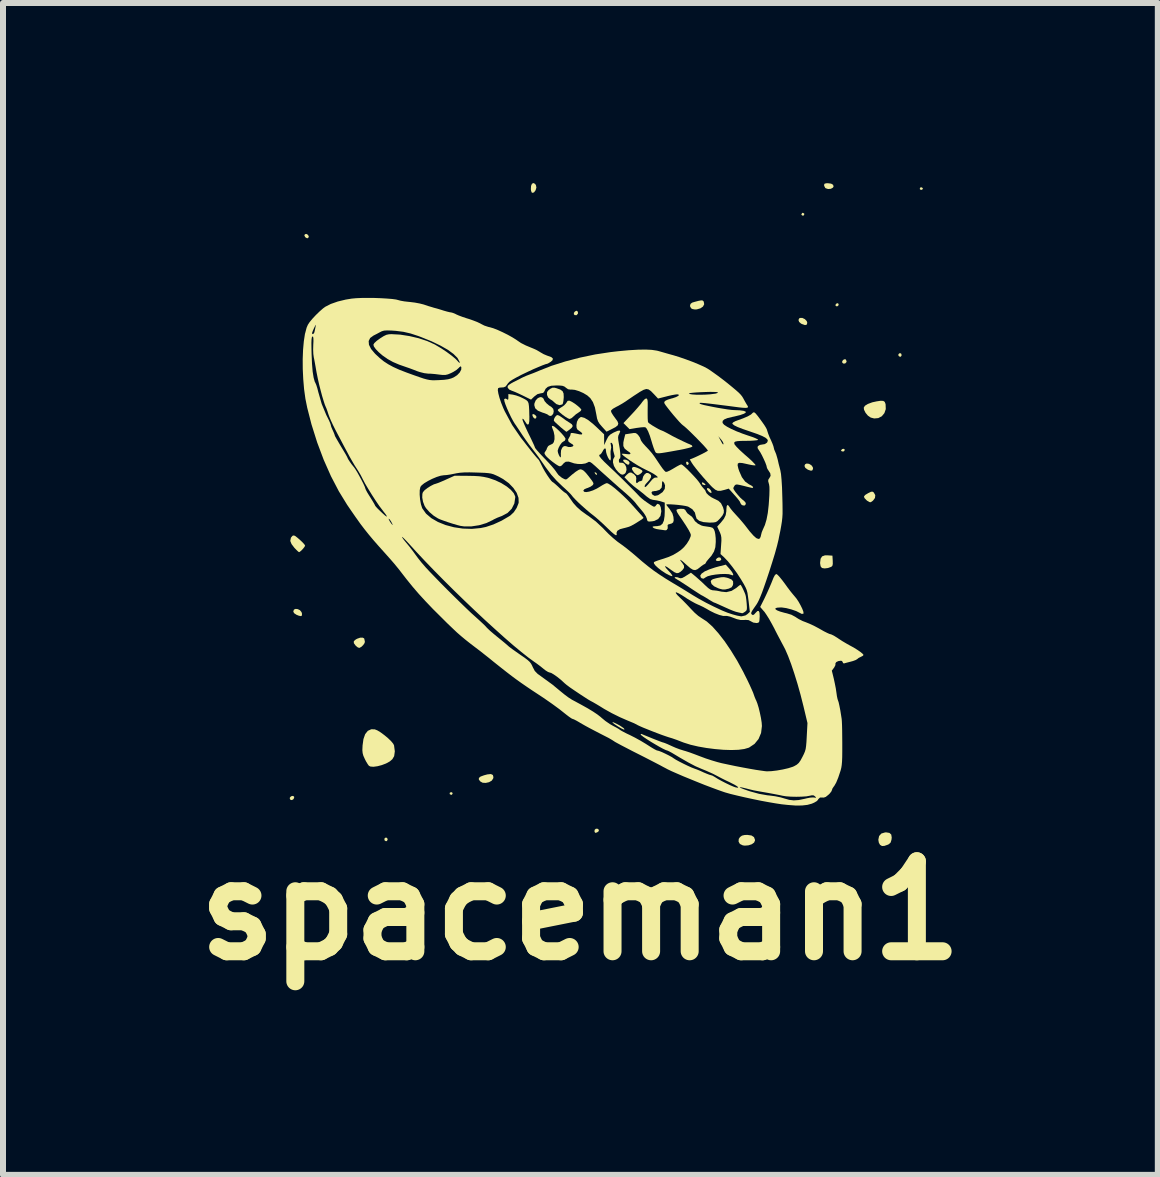
<source format=kicad_pcb>
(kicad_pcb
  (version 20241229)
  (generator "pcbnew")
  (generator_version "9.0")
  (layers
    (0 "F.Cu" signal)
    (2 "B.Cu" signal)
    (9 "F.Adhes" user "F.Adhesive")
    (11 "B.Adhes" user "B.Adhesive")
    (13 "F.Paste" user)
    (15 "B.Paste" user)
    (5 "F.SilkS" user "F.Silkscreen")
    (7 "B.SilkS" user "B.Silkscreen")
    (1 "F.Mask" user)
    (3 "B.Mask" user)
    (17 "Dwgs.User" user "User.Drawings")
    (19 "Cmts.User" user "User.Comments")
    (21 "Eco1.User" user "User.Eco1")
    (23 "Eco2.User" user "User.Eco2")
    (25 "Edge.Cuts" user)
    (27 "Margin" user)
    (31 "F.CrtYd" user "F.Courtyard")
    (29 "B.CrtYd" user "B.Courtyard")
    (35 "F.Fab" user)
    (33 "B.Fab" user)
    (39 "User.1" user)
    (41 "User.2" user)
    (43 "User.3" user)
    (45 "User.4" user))
  (footprint "spaceman1"
    (layer "F.Cu")
    (at 6.621 5.773)
    (property "Reference" "spaceman1" (at 0 6.35 0) (layer "F.SilkS") (effects (font (size 1.5 1.5) (thickness 0.3))))
    (attr board_only exclude_from_pos_files exclude_from_bom)
    (fp_poly (pts (xy 0.265 -0.943) (xy 0.278 -0.923) (xy 0.275 -0.911) (xy 0.26 -0.915) (xy 0.247 -0.928) (xy 0.236 -0.949) (xy 0.244 -0.954)) (stroke (width 0) (type solid)) (fill yes) (layer "F.SilkS"))
    (fp_poly (pts (xy 1.796 -1.121) (xy 1.806 -1.098) (xy 1.796 -1.082) (xy 1.778 -1.074) (xy 1.766 -1.091) (xy 1.762 -1.122) (xy 1.776 -1.132)) (stroke (width 0) (type solid)) (fill yes) (layer "F.SilkS"))
    (fp_poly (pts (xy 5.707 -5.688) (xy 5.703 -5.669) (xy 5.681 -5.658) (xy 5.659 -5.666) (xy 5.655 -5.68) (xy 5.667 -5.701) (xy 5.684 -5.702)) (stroke (width 0) (type solid)) (fill yes) (layer "F.SilkS"))
    (fp_poly (pts (xy -2.137 4.381) (xy -2.128 4.4) (xy -2.141 4.419) (xy -2.154 4.422) (xy -2.175 4.411) (xy -2.178 4.407) (xy -2.177 4.388) (xy -2.157 4.377)) (stroke (width 0) (type solid)) (fill yes) (layer "F.SilkS"))
    (fp_poly (pts (xy 3.729 -5.264) (xy 3.732 -5.253) (xy 3.719 -5.231) (xy 3.707 -5.228) (xy 3.685 -5.241) (xy 3.683 -5.253) (xy 3.696 -5.274) (xy 3.707 -5.277)) (stroke (width 0) (type solid)) (fill yes) (layer "F.SilkS"))
    (fp_poly (pts (xy 4.304 -3.756) (xy 4.299 -3.732) (xy 4.276 -3.716) (xy 4.252 -3.728) (xy 4.251 -3.73) (xy 4.254 -3.751) (xy 4.265 -3.764) (xy 4.29 -3.771)) (stroke (width 0) (type solid)) (fill yes) (layer "F.SilkS"))
    (fp_poly (pts (xy 4.404 -1.333) (xy 4.406 -1.325) (xy 4.392 -1.303) (xy 4.372 -1.299) (xy 4.347 -1.307) (xy 4.344 -1.319) (xy 4.362 -1.34) (xy 4.387 -1.345)) (stroke (width 0) (type solid)) (fill yes) (layer "F.SilkS"))
    (fp_poly (pts (xy -4.772 4.449) (xy -4.768 4.461) (xy -4.779 4.492) (xy -4.806 4.509) (xy -4.83 4.506) (xy -4.843 4.483) (xy -4.84 4.466) (xy -4.821 4.446) (xy -4.793 4.439)) (stroke (width 0) (type solid)) (fill yes) (layer "F.SilkS"))
    (fp_poly (pts (xy -4.541 -4.911) (xy -4.526 -4.886) (xy -4.528 -4.868) (xy -4.551 -4.851) (xy -4.579 -4.866) (xy -4.587 -4.875) (xy -4.6 -4.901) (xy -4.589 -4.92) (xy -4.566 -4.925)) (stroke (width 0) (type solid)) (fill yes) (layer "F.SilkS"))
    (fp_poly (pts (xy -3.225 5.137) (xy -3.22 5.141) (xy -3.211 5.167) (xy -3.223 5.19) (xy -3.239 5.195) (xy -3.26 5.183) (xy -3.264 5.177) (xy -3.266 5.152) (xy -3.249 5.135)) (stroke (width 0) (type solid)) (fill yes) (layer "F.SilkS"))
    (fp_poly (pts (xy -0.049 -3.639) (xy -0.039 -3.611) (xy -0.042 -3.595) (xy -0.064 -3.571) (xy -0.093 -3.572) (xy -0.108 -3.586) (xy -0.108 -3.61) (xy -0.09 -3.633) (xy -0.065 -3.645)) (stroke (width 0) (type solid)) (fill yes) (layer "F.SilkS"))
    (fp_poly (pts (xy 0.287 4.987) (xy 0.31 5.006) (xy 0.303 5.03) (xy 0.279 5.047) (xy 0.251 5.056) (xy 0.237 5.041) (xy 0.236 5.039) (xy 0.237 5.006) (xy 0.259 4.986)) (stroke (width 0) (type solid)) (fill yes) (layer "F.SilkS"))
    (fp_poly (pts (xy 2.064 -0.77) (xy 2.067 -0.768) (xy 2.086 -0.747) (xy 2.08 -0.74) (xy 2.068 -0.74) (xy 2.038 -0.749) (xy 2.03 -0.757) (xy 2.024 -0.78) (xy 2.039 -0.785)) (stroke (width 0) (type solid)) (fill yes) (layer "F.SilkS"))
    (fp_poly (pts (xy 2.153 -0.677) (xy 2.176 -0.648) (xy 2.187 -0.618) (xy 2.177 -0.608) (xy 2.153 -0.619) (xy 2.132 -0.638) (xy 2.108 -0.671) (xy 2.111 -0.687) (xy 2.128 -0.69)) (stroke (width 0) (type solid)) (fill yes) (layer "F.SilkS"))
    (fp_poly (pts (xy 4.424 -2.832) (xy 4.436 -2.802) (xy 4.433 -2.788) (xy 4.411 -2.765) (xy 4.381 -2.765) (xy 4.364 -2.78) (xy 4.363 -2.805) (xy 4.382 -2.828) (xy 4.408 -2.838)) (stroke (width 0) (type solid)) (fill yes) (layer "F.SilkS"))
    (fp_poly (pts (xy 5.34 -2.935) (xy 5.345 -2.931) (xy 5.354 -2.905) (xy 5.342 -2.882) (xy 5.327 -2.877) (xy 5.306 -2.889) (xy 5.301 -2.895) (xy 5.299 -2.92) (xy 5.317 -2.937)) (stroke (width 0) (type solid)) (fill yes) (layer "F.SilkS"))
    (fp_poly (pts (xy -0.751 -1.906) (xy -0.733 -1.883) (xy -0.732 -1.874) (xy -0.741 -1.85) (xy -0.764 -1.849) (xy -0.787 -1.871) (xy -0.789 -1.875) (xy -0.8 -1.905) (xy -0.798 -1.92) (xy -0.777 -1.922)) (stroke (width 0) (type solid)) (fill yes) (layer "F.SilkS"))
    (fp_poly (pts (xy 0.764 -1.161) (xy 0.802 -1.141) (xy 0.82 -1.113) (xy 0.811 -1.084) (xy 0.81 -1.083) (xy 0.786 -1.081) (xy 0.746 -1.107) (xy 0.715 -1.14) (xy 0.713 -1.161) (xy 0.74 -1.165)) (stroke (width 0) (type solid)) (fill yes) (layer "F.SilkS"))
    (fp_poly (pts (xy 2.336 0.471) (xy 2.336 0.472) (xy 2.347 0.497) (xy 2.344 0.508) (xy 2.323 0.522) (xy 2.292 0.526) (xy 2.266 0.521) (xy 2.256 0.508) (xy 2.256 0.507) (xy 2.277 0.478) (xy 2.308 0.464)) (stroke (width 0) (type solid)) (fill yes) (layer "F.SilkS"))
    (fp_poly (pts (xy -4.709 1.327) (xy -4.673 1.345) (xy -4.647 1.376) (xy -4.639 1.402) (xy -4.64 1.433) (xy -4.655 1.444) (xy -4.691 1.437) (xy -4.731 1.421) (xy -4.771 1.394) (xy -4.784 1.366) (xy -4.773 1.335) (xy -4.745 1.323)) (stroke (width 0) (type solid)) (fill yes) (layer "F.SilkS"))
    (fp_poly (pts (xy -0.756 -5.76) (xy -0.74 -5.737) (xy -0.733 -5.697) (xy -0.746 -5.653) (xy -0.771 -5.619) (xy -0.792 -5.61) (xy -0.81 -5.614) (xy -0.821 -5.642) (xy -0.825 -5.671) (xy -0.822 -5.725) (xy -0.807 -5.761) (xy -0.783 -5.773)) (stroke (width 0) (type solid)) (fill yes) (layer "F.SilkS"))
    (fp_poly (pts (xy 3.741 -3.505) (xy 3.772 -3.472) (xy 3.781 -3.444) (xy 3.772 -3.413) (xy 3.743 -3.406) (xy 3.694 -3.423) (xy 3.678 -3.43) (xy 3.645 -3.459) (xy 3.634 -3.491) (xy 3.647 -3.518) (xy 3.659 -3.525) (xy 3.699 -3.525)) (stroke (width 0) (type solid)) (fill yes) (layer "F.SilkS"))
    (fp_poly (pts (xy 3.81 -1.094) (xy 3.849 -1.071) (xy 3.873 -1.038) (xy 3.877 -1.015) (xy 3.867 -0.987) (xy 3.844 -0.979) (xy 3.802 -0.992) (xy 3.785 -1) (xy 3.748 -1.027) (xy 3.734 -1.059) (xy 3.744 -1.086) (xy 3.77 -1.099)) (stroke (width 0) (type solid)) (fill yes) (layer "F.SilkS"))
    (fp_poly (pts (xy 4.178 -5.763) (xy 4.211 -5.744) (xy 4.219 -5.716) (xy 4.209 -5.697) (xy 4.174 -5.677) (xy 4.128 -5.673) (xy 4.088 -5.686) (xy 4.08 -5.692) (xy 4.063 -5.725) (xy 4.061 -5.741) (xy 4.068 -5.761) (xy 4.095 -5.769) (xy 4.124 -5.77)) (stroke (width 0) (type solid)) (fill yes) (layer "F.SilkS"))
    (fp_poly (pts (xy -1.458 4.091) (xy -1.449 4.127) (xy -1.453 4.149) (xy -1.477 4.185) (xy -1.522 4.211) (xy -1.577 4.223) (xy -1.629 4.22) (xy -1.667 4.199) (xy -1.692 4.167) (xy -1.691 4.14) (xy -1.663 4.117) (xy -1.606 4.096) (xy -1.55 4.081) (xy -1.491 4.075)) (stroke (width 0) (type solid)) (fill yes) (layer "F.SilkS"))
    (fp_poly (pts (xy 0.55 3.213) (xy 0.586 3.229) (xy 0.631 3.252) (xy 0.676 3.279) (xy 0.711 3.303) (xy 0.726 3.315) (xy 0.736 3.334) (xy 0.72 3.333) (xy 0.679 3.313) (xy 0.62 3.278) (xy 0.573 3.247) (xy 0.542 3.223) (xy 0.532 3.211) (xy 0.532 3.211)) (stroke (width 0) (type solid)) (fill yes) (layer "F.SilkS"))
    (fp_poly (pts (xy 0.908 -1.041) (xy 0.948 -1.028) (xy 0.991 -1.009) (xy 1.024 -0.988) (xy 1.036 -0.972) (xy 1.023 -0.948) (xy 0.994 -0.923) (xy 0.962 -0.907) (xy 0.952 -0.905) (xy 0.927 -0.918) (xy 0.896 -0.947) (xy 0.892 -0.953) (xy 0.863 -0.996) (xy 0.858 -1.023) (xy 0.876 -1.04) (xy 0.88 -1.042)) (stroke (width 0) (type solid)) (fill yes) (layer "F.SilkS"))
    (fp_poly (pts (xy 2.851 5.099) (xy 2.893 5.126) (xy 2.91 5.172) (xy 2.91 5.181) (xy 2.895 5.217) (xy 2.856 5.245) (xy 2.801 5.263) (xy 2.739 5.268) (xy 2.705 5.263) (xy 2.658 5.24) (xy 2.636 5.201) (xy 2.639 5.157) (xy 2.66 5.125) (xy 2.693 5.101) (xy 2.736 5.091) (xy 2.781 5.089)) (stroke (width 0) (type solid)) (fill yes) (layer "F.SilkS"))
    (fp_poly (pts (xy 4.885 -0.62) (xy 4.89 -0.615) (xy 4.914 -0.572) (xy 4.909 -0.525) (xy 4.875 -0.48) (xy 4.838 -0.454) (xy 4.815 -0.457) (xy 4.78 -0.478) (xy 4.766 -0.49) (xy 4.733 -0.525) (xy 4.726 -0.552) (xy 4.748 -0.577) (xy 4.798 -0.607) (xy 4.801 -0.608) (xy 4.842 -0.628) (xy 4.866 -0.631)) (stroke (width 0) (type solid)) (fill yes) (layer "F.SilkS"))
    (fp_poly (pts (xy 2.039 -3.815) (xy 2.054 -3.799) (xy 2.056 -3.796) (xy 2.063 -3.753) (xy 2.043 -3.715) (xy 2 -3.685) (xy 1.941 -3.668) (xy 1.909 -3.666) (xy 1.869 -3.673) (xy 1.845 -3.686) (xy 1.826 -3.723) (xy 1.835 -3.759) (xy 1.862 -3.78) (xy 1.901 -3.792) (xy 1.954 -3.806) (xy 1.969 -3.81) (xy 2.015 -3.818)) (stroke (width 0) (type solid)) (fill yes) (layer "F.SilkS"))
    (fp_poly (pts (xy 4.2 0.436) (xy 4.205 0.521) (xy 4.206 0.575) (xy 4.199 0.605) (xy 4.181 0.622) (xy 4.181 0.622) (xy 4.126 0.642) (xy 4.07 0.649) (xy 4.027 0.642) (xy 4.024 0.64) (xy 4.003 0.614) (xy 3.995 0.565) (xy 3.995 0.551) (xy 4.003 0.487) (xy 4.028 0.448) (xy 4.075 0.431) (xy 4.124 0.431)) (stroke (width 0) (type solid)) (fill yes) (layer "F.SilkS"))
    (fp_poly (pts (xy -3.604 1.814) (xy -3.6 1.825) (xy -3.595 1.851) (xy -3.591 1.864) (xy -3.595 1.891) (xy -3.618 1.925) (xy -3.65 1.956) (xy -3.681 1.972) (xy -3.687 1.973) (xy -3.714 1.962) (xy -3.745 1.935) (xy -3.745 1.935) (xy -3.775 1.894) (xy -3.775 1.861) (xy -3.743 1.833) (xy -3.719 1.82) (xy -3.67 1.803) (xy -3.629 1.802)) (stroke (width 0) (type solid)) (fill yes) (layer "F.SilkS"))
    (fp_poly (pts (xy 5.15 5.056) (xy 5.18 5.083) (xy 5.188 5.133) (xy 5.184 5.17) (xy 5.17 5.216) (xy 5.142 5.243) (xy 5.119 5.254) (xy 5.063 5.273) (xy 5.025 5.274) (xy 4.994 5.255) (xy 4.991 5.251) (xy 4.973 5.218) (xy 4.965 5.171) (xy 4.965 5.169) (xy 4.978 5.107) (xy 5.016 5.066) (xy 5.077 5.048) (xy 5.096 5.047)) (stroke (width 0) (type solid)) (fill yes) (layer "F.SilkS"))
    (fp_poly (pts (xy 5.046 -2.143) (xy 5.071 -2.127) (xy 5.084 -2.094) (xy 5.086 -2.085) (xy 5.089 -2.006) (xy 5.066 -1.939) (xy 5.023 -1.887) (xy 4.964 -1.856) (xy 4.896 -1.85) (xy 4.838 -1.865) (xy 4.791 -1.897) (xy 4.752 -1.944) (xy 4.727 -1.994) (xy 4.722 -2.03) (xy 4.742 -2.062) (xy 4.791 -2.092) (xy 4.864 -2.119) (xy 4.937 -2.135) (xy 5.004 -2.145)) (stroke (width 0) (type solid)) (fill yes) (layer "F.SilkS"))
    (fp_poly (pts (xy -4.751 0.109) (xy -4.715 0.137) (xy -4.672 0.174) (xy -4.631 0.213) (xy -4.6 0.247) (xy -4.587 0.269) (xy -4.587 0.27) (xy -4.598 0.291) (xy -4.623 0.323) (xy -4.654 0.355) (xy -4.68 0.375) (xy -4.688 0.378) (xy -4.704 0.367) (xy -4.734 0.338) (xy -4.766 0.305) (xy -4.813 0.243) (xy -4.833 0.194) (xy -4.833 0.184) (xy -4.823 0.136) (xy -4.797 0.105) (xy -4.774 0.099)) (stroke (width 0) (type solid)) (fill yes) (layer "F.SilkS"))
    (fp_poly (pts (xy -0.398 -2.354) (xy -0.334 -2.331) (xy -0.297 -2.305) (xy -0.28 -2.266) (xy -0.277 -2.207) (xy -0.278 -2.193) (xy -0.283 -2.139) (xy -0.292 -2.099) (xy -0.301 -2.084) (xy -0.348 -2.072) (xy -0.399 -2.089) (xy -0.429 -2.114) (xy -0.467 -2.148) (xy -0.504 -2.171) (xy -0.505 -2.171) (xy -0.537 -2.199) (xy -0.556 -2.243) (xy -0.555 -2.289) (xy -0.553 -2.292) (xy -0.534 -2.318) (xy -0.502 -2.344) (xy -0.466 -2.362) (xy -0.429 -2.362)) (stroke (width 0) (type solid)) (fill yes) (layer "F.SilkS"))
    (fp_poly (pts (xy 2.436 0.802) (xy 2.464 0.81) (xy 2.518 0.833) (xy 2.544 0.863) (xy 2.546 0.906) (xy 2.541 0.929) (xy 2.52 0.963) (xy 2.474 0.985) (xy 2.47 0.986) (xy 2.414 0.999) (xy 2.371 1) (xy 2.322 0.988) (xy 2.296 0.979) (xy 2.229 0.947) (xy 2.186 0.909) (xy 2.173 0.868) (xy 2.173 0.864) (xy 2.183 0.844) (xy 2.208 0.828) (xy 2.257 0.814) (xy 2.283 0.808) (xy 2.346 0.796) (xy 2.393 0.794)) (stroke (width 0) (type solid)) (fill yes) (layer "F.SilkS"))
    (fp_poly (pts (xy 2.486 0.657) (xy 2.524 0.705) (xy 2.545 0.742) (xy 2.547 0.762) (xy 2.529 0.763) (xy 2.516 0.757) (xy 2.474 0.745) (xy 2.41 0.741) (xy 2.333 0.743) (xy 2.253 0.751) (xy 2.18 0.763) (xy 2.121 0.779) (xy 2.089 0.796) (xy 2.052 0.82) (xy 2.021 0.813) (xy 2.005 0.797) (xy 1.998 0.767) (xy 2.021 0.734) (xy 2.071 0.699) (xy 2.148 0.665) (xy 2.247 0.632) (xy 2.309 0.615) (xy 2.423 0.586)) (stroke (width 0) (type solid)) (fill yes) (layer "F.SilkS"))
    (fp_poly (pts (xy -0.639 -2.202) (xy -0.614 -2.18) (xy -0.608 -2.164) (xy -0.596 -2.139) (xy -0.565 -2.103) (xy -0.524 -2.068) (xy -0.481 -2.04) (xy -0.481 -2.04) (xy -0.453 -2.011) (xy -0.444 -1.971) (xy -0.452 -1.93) (xy -0.475 -1.9) (xy -0.504 -1.891) (xy -0.53 -1.902) (xy -0.534 -1.907) (xy -0.554 -1.92) (xy -0.596 -1.937) (xy -0.634 -1.949) (xy -0.709 -1.98) (xy -0.753 -2.02) (xy -0.768 -2.072) (xy -0.765 -2.103) (xy -0.744 -2.152) (xy -0.709 -2.189) (xy -0.67 -2.206)) (stroke (width 0) (type solid)) (fill yes) (layer "F.SilkS"))
    (fp_poly (pts (xy -0.355 -1.898) (xy -0.316 -1.873) (xy -0.298 -1.86) (xy -0.248 -1.823) (xy -0.197 -1.79) (xy -0.185 -1.783) (xy -0.141 -1.752) (xy -0.127 -1.724) (xy -0.144 -1.695) (xy -0.173 -1.67) (xy -0.208 -1.644) (xy -0.23 -1.629) (xy -0.233 -1.628) (xy -0.247 -1.638) (xy -0.28 -1.664) (xy -0.325 -1.701) (xy -0.337 -1.712) (xy -0.384 -1.754) (xy -0.421 -1.788) (xy -0.44 -1.81) (xy -0.442 -1.812) (xy -0.439 -1.841) (xy -0.421 -1.876) (xy -0.396 -1.902) (xy -0.382 -1.907)) (stroke (width 0) (type solid)) (fill yes) (layer "F.SilkS"))
    (fp_poly (pts (xy -0.177 -2.144) (xy -0.141 -2.127) (xy -0.095 -2.098) (xy -0.049 -2.063) (xy -0.01 -2.029) (xy 0.013 -2.003) (xy 0.016 -1.994) (xy 0.003 -1.973) (xy -0.029 -1.95) (xy -0.029 -1.95) (xy -0.073 -1.921) (xy -0.114 -1.884) (xy -0.148 -1.855) (xy -0.177 -1.842) (xy -0.18 -1.842) (xy -0.205 -1.851) (xy -0.247 -1.876) (xy -0.292 -1.908) (xy -0.336 -1.944) (xy -0.367 -1.973) (xy -0.378 -1.99) (xy -0.365 -2.006) (xy -0.331 -2.028) (xy -0.316 -2.037) (xy -0.271 -2.068) (xy -0.238 -2.104) (xy -0.233 -2.112) (xy -0.213 -2.143) (xy -0.187 -2.147)) (stroke (width 0) (type solid)) (fill yes) (layer "F.SilkS"))
    (fp_poly (pts (xy -3.427 3.33) (xy -3.384 3.347) (xy -3.328 3.381) (xy -3.266 3.427) (xy -3.206 3.477) (xy -3.154 3.527) (xy -3.118 3.571) (xy -3.105 3.597) (xy -3.092 3.697) (xy -3.103 3.777) (xy -3.133 3.828) (xy -3.176 3.865) (xy -3.238 3.899) (xy -3.309 3.926) (xy -3.381 3.945) (xy -3.448 3.954) (xy -3.499 3.95) (xy -3.524 3.937) (xy -3.544 3.91) (xy -3.572 3.864) (xy -3.593 3.822) (xy -3.616 3.771) (xy -3.628 3.727) (xy -3.633 3.678) (xy -3.63 3.611) (xy -3.63 3.603) (xy -3.615 3.493) (xy -3.586 3.41) (xy -3.542 3.355) (xy -3.485 3.329)) (stroke (width 0) (type solid)) (fill yes) (layer "F.SilkS"))
    (fp_poly (pts (xy -1.874 -0.894) (xy -1.768 -0.892) (xy -1.684 -0.887) (xy -1.614 -0.877) (xy -1.547 -0.863) (xy -1.521 -0.856) (xy -1.415 -0.819) (xy -1.316 -0.772) (xy -1.229 -0.718) (xy -1.159 -0.661) (xy -1.11 -0.604) (xy -1.086 -0.551) (xy -1.085 -0.537) (xy -1.1 -0.434) (xy -1.144 -0.346) (xy -1.214 -0.275) (xy -1.308 -0.225) (xy -1.322 -0.22) (xy -1.384 -0.196) (xy -1.443 -0.168) (xy -1.463 -0.156) (xy -1.566 -0.107) (xy -1.687 -0.071) (xy -1.813 -0.052) (xy -1.934 -0.051) (xy -1.997 -0.06) (xy -2.052 -0.074) (xy -2.124 -0.095) (xy -2.202 -0.12) (xy -2.277 -0.146) (xy -2.339 -0.169) (xy -2.372 -0.184) (xy -2.445 -0.23) (xy -2.515 -0.29) (xy -2.572 -0.355) (xy -2.596 -0.393) (xy -2.622 -0.462) (xy -2.635 -0.532) (xy -2.633 -0.593) (xy -2.624 -0.621) (xy -2.596 -0.654) (xy -2.549 -0.691) (xy -2.493 -0.726) (xy -2.44 -0.753) (xy -2.416 -0.76) (xy -2.383 -0.771) (xy -2.33 -0.792) (xy -2.266 -0.819) (xy -2.236 -0.833) (xy -2.096 -0.896)) (stroke (width 0) (type solid)) (fill yes) (layer "F.SilkS"))
    (fp_poly (pts (xy 1.111 -2.176) (xy 1.118 -2.158) (xy 1.122 -2.123) (xy 1.122 -2.066) (xy 1.121 -1.989) (xy 1.121 -1.913) (xy 1.122 -1.848) (xy 1.125 -1.802) (xy 1.13 -1.784) (xy 1.153 -1.764) (xy 1.196 -1.735) (xy 1.248 -1.704) (xy 1.299 -1.675) (xy 1.34 -1.655) (xy 1.349 -1.652) (xy 1.385 -1.637) (xy 1.434 -1.612) (xy 1.462 -1.597) (xy 1.538 -1.555) (xy 1.627 -1.51) (xy 1.716 -1.467) (xy 1.794 -1.431) (xy 1.815 -1.423) (xy 1.856 -1.403) (xy 1.867 -1.387) (xy 1.862 -1.379) (xy 1.84 -1.369) (xy 1.792 -1.356) (xy 1.725 -1.34) (xy 1.645 -1.324) (xy 1.625 -1.321) (xy 1.51 -1.3) (xy 1.423 -1.285) (xy 1.36 -1.275) (xy 1.316 -1.27) (xy 1.287 -1.27) (xy 1.269 -1.274) (xy 1.258 -1.281) (xy 1.252 -1.287) (xy 1.239 -1.313) (xy 1.22 -1.362) (xy 1.199 -1.426) (xy 1.19 -1.457) (xy 1.158 -1.561) (xy 1.129 -1.635) (xy 1.104 -1.682) (xy 1.083 -1.703) (xy 1.059 -1.705) (xy 1.012 -1.702) (xy 0.952 -1.694) (xy 0.942 -1.693) (xy 0.819 -1.672) (xy 0.769 -1.722) (xy 0.718 -1.773) (xy 0.854 -1.918) (xy 0.912 -1.981) (xy 0.966 -2.043) (xy 1.009 -2.094) (xy 1.032 -2.126) (xy 1.064 -2.164) (xy 1.092 -2.183) (xy 1.1 -2.183)) (stroke (width 0) (type solid)) (fill yes) (layer "F.SilkS"))
    (fp_poly (pts (xy 1.916 0.78) (xy 1.967 0.825) (xy 2.027 0.879) (xy 2.077 0.927) (xy 2.129 0.975) (xy 2.168 1.002) (xy 2.202 1.013) (xy 2.221 1.014) (xy 2.275 1.02) (xy 2.334 1.032) (xy 2.344 1.035) (xy 2.432 1.044) (xy 2.519 1.023) (xy 2.6 0.973) (xy 2.604 0.969) (xy 2.639 0.94) (xy 2.663 0.923) (xy 2.668 0.921) (xy 2.679 0.934) (xy 2.698 0.968) (xy 2.72 1.014) (xy 2.74 1.06) (xy 2.751 1.09) (xy 2.758 1.12) (xy 2.765 1.172) (xy 2.771 1.232) (xy 2.775 1.292) (xy 2.774 1.329) (xy 2.765 1.352) (xy 2.747 1.368) (xy 2.743 1.371) (xy 2.713 1.39) (xy 2.697 1.396) (xy 2.676 1.391) (xy 2.637 1.383) (xy 2.63 1.381) (xy 2.59 1.371) (xy 2.542 1.354) (xy 2.481 1.329) (xy 2.401 1.293) (xy 2.339 1.265) (xy 2.286 1.241) (xy 2.246 1.223) (xy 2.227 1.217) (xy 2.227 1.217) (xy 2.209 1.208) (xy 2.173 1.187) (xy 2.128 1.159) (xy 2.081 1.13) (xy 2.045 1.109) (xy 2.03 1.101) (xy 2.014 1.093) (xy 1.976 1.069) (xy 1.922 1.034) (xy 1.856 0.991) (xy 1.843 0.982) (xy 1.771 0.934) (xy 1.703 0.89) (xy 1.647 0.854) (xy 1.61 0.832) (xy 1.609 0.831) (xy 1.576 0.81) (xy 1.571 0.798) (xy 1.582 0.793) (xy 1.618 0.796) (xy 1.644 0.806) (xy 1.669 0.813) (xy 1.697 0.808) (xy 1.739 0.786) (xy 1.76 0.772) (xy 1.842 0.72)) (stroke (width 0) (type solid)) (fill yes) (layer "F.SilkS"))
    (fp_poly (pts (xy 1.723 -0.342) (xy 1.748 -0.326) (xy 1.759 -0.305) (xy 1.784 -0.269) (xy 1.823 -0.239) (xy 1.86 -0.212) (xy 1.882 -0.182) (xy 1.882 -0.182) (xy 1.909 -0.139) (xy 1.957 -0.098) (xy 2.013 -0.068) (xy 2.047 -0.058) (xy 2.107 -0.049) (xy 2.161 -0.041) (xy 2.201 -0.029) (xy 2.224 -0.004) (xy 2.238 0.029) (xy 2.248 0.078) (xy 2.255 0.144) (xy 2.256 0.208) (xy 2.249 0.295) (xy 2.227 0.367) (xy 2.185 0.436) (xy 2.131 0.498) (xy 2.103 0.532) (xy 2.089 0.557) (xy 2.088 0.56) (xy 2.076 0.575) (xy 2.073 0.575) (xy 2.053 0.585) (xy 2.017 0.61) (xy 1.991 0.631) (xy 1.949 0.663) (xy 1.913 0.677) (xy 1.876 0.671) (xy 1.833 0.645) (xy 1.776 0.596) (xy 1.758 0.58) (xy 1.706 0.533) (xy 1.673 0.508) (xy 1.662 0.505) (xy 1.672 0.524) (xy 1.701 0.562) (xy 1.727 0.603) (xy 1.727 0.64) (xy 1.699 0.678) (xy 1.668 0.705) (xy 1.636 0.724) (xy 1.606 0.728) (xy 1.569 0.713) (xy 1.519 0.679) (xy 1.497 0.663) (xy 1.445 0.626) (xy 1.415 0.611) (xy 1.41 0.617) (xy 1.429 0.645) (xy 1.469 0.689) (xy 1.507 0.73) (xy 1.529 0.762) (xy 1.533 0.778) (xy 1.533 0.778) (xy 1.512 0.775) (xy 1.472 0.758) (xy 1.421 0.731) (xy 1.42 0.73) (xy 1.353 0.686) (xy 1.295 0.641) (xy 1.251 0.6) (xy 1.226 0.566) (xy 1.225 0.545) (xy 1.225 0.544) (xy 1.248 0.533) (xy 1.293 0.516) (xy 1.352 0.497) (xy 1.365 0.493) (xy 1.464 0.46) (xy 1.546 0.424) (xy 1.625 0.377) (xy 1.677 0.34) (xy 1.727 0.294) (xy 1.775 0.235) (xy 1.813 0.173) (xy 1.837 0.116) (xy 1.841 0.09) (xy 1.831 0.06) (xy 1.804 0.008) (xy 1.76 -0.064) (xy 1.702 -0.152) (xy 1.635 -0.25) (xy 1.611 -0.29) (xy 1.601 -0.32) (xy 1.602 -0.328) (xy 1.624 -0.339) (xy 1.665 -0.345) (xy 1.678 -0.345)) (stroke (width 0) (type solid)) (fill yes) (layer "F.SilkS"))
    (fp_poly (pts (xy -1.126 -2.247) (xy -1.069 -2.233) (xy -1.002 -2.208) (xy -0.957 -2.187) (xy -0.919 -2.167) (xy -0.892 -2.149) (xy -0.874 -2.129) (xy -0.863 -2.1) (xy -0.857 -2.056) (xy -0.853 -1.991) (xy -0.851 -1.9) (xy -0.85 -1.884) (xy -0.851 -1.806) (xy -0.859 -1.761) (xy -0.874 -1.746) (xy -0.897 -1.762) (xy -0.924 -1.803) (xy -0.949 -1.839) (xy -0.964 -1.846) (xy -0.966 -1.84) (xy -0.961 -1.816) (xy -0.943 -1.77) (xy -0.915 -1.706) (xy -0.88 -1.63) (xy -0.864 -1.597) (xy -0.826 -1.52) (xy -0.794 -1.452) (xy -0.77 -1.4) (xy -0.758 -1.369) (xy -0.756 -1.363) (xy -0.745 -1.346) (xy -0.715 -1.31) (xy -0.67 -1.26) (xy -0.614 -1.201) (xy -0.591 -1.177) (xy -0.529 -1.112) (xy -0.473 -1.05) (xy -0.429 -0.997) (xy -0.402 -0.96) (xy -0.398 -0.953) (xy -0.364 -0.907) (xy -0.315 -0.867) (xy -0.305 -0.86) (xy -0.265 -0.839) (xy -0.24 -0.833) (xy -0.221 -0.843) (xy -0.207 -0.855) (xy -0.138 -0.915) (xy -0.078 -0.962) (xy -0.031 -0.992) (xy -0.002 -1.003) (xy 0.026 -0.997) (xy 0.056 -0.979) (xy 0.093 -0.942) (xy 0.141 -0.883) (xy 0.155 -0.864) (xy 0.193 -0.814) (xy 0.213 -0.782) (xy 0.218 -0.762) (xy 0.21 -0.745) (xy 0.203 -0.737) (xy 0.169 -0.713) (xy 0.121 -0.692) (xy 0.112 -0.69) (xy 0.067 -0.671) (xy 0.049 -0.648) (xy 0.049 -0.646) (xy 0.063 -0.628) (xy 0.098 -0.623) (xy 0.15 -0.632) (xy 0.211 -0.652) (xy 0.275 -0.682) (xy 0.315 -0.706) (xy 0.368 -0.739) (xy 0.413 -0.763) (xy 0.442 -0.773) (xy 0.443 -0.773) (xy 0.471 -0.761) (xy 0.517 -0.731) (xy 0.577 -0.684) (xy 0.644 -0.626) (xy 0.715 -0.561) (xy 0.785 -0.493) (xy 0.848 -0.426) (xy 0.851 -0.422) (xy 0.905 -0.362) (xy 0.955 -0.306) (xy 0.994 -0.263) (xy 1.012 -0.244) (xy 1.038 -0.213) (xy 1.052 -0.194) (xy 1.052 -0.193) (xy 1.039 -0.181) (xy 1.006 -0.157) (xy 0.96 -0.128) (xy 0.911 -0.097) (xy 0.864 -0.071) (xy 0.846 -0.061) (xy 0.795 -0.041) (xy 0.737 -0.025) (xy 0.731 -0.024) (xy 0.659 -0.005) (xy 0.615 0.023) (xy 0.602 0.056) (xy 0.603 0.065) (xy 0.606 0.091) (xy 0.592 0.096) (xy 0.562 0.078) (xy 0.513 0.036) (xy 0.445 -0.029) (xy 0.439 -0.035) (xy 0.375 -0.096) (xy 0.31 -0.155) (xy 0.253 -0.205) (xy 0.222 -0.23) (xy 0.163 -0.276) (xy 0.097 -0.332) (xy 0.028 -0.393) (xy -0.036 -0.452) (xy -0.089 -0.505) (xy -0.126 -0.545) (xy -0.135 -0.557) (xy -0.158 -0.585) (xy -0.2 -0.628) (xy -0.254 -0.679) (xy -0.296 -0.717) (xy -0.396 -0.813) (xy -0.488 -0.916) (xy -0.579 -1.037) (xy -0.646 -1.134) (xy -0.686 -1.192) (xy -0.737 -1.261) (xy -0.789 -1.329) (xy -0.797 -1.34) (xy -0.852 -1.411) (xy -0.91 -1.492) (xy -0.96 -1.564) (xy -0.964 -1.57) (xy -1.007 -1.635) (xy -1.049 -1.698) (xy -1.083 -1.749) (xy -1.087 -1.753) (xy -1.12 -1.807) (xy -1.155 -1.872) (xy -1.19 -1.945) (xy -1.222 -2.017) (xy -1.248 -2.082) (xy -1.265 -2.134) (xy -1.27 -2.167) (xy -1.268 -2.174) (xy -1.244 -2.182) (xy -1.225 -2.171) (xy -1.208 -2.161) (xy -1.201 -2.174) (xy -1.2 -2.203) (xy -1.2 -2.257)) (stroke (width 0) (type solid)) (fill yes) (layer "F.SilkS"))
    (fp_poly (pts (xy 0.922 -1.606) (xy 0.945 -1.592) (xy 0.965 -1.571) (xy 0.991 -1.534) (xy 1.003 -1.502) (xy 1.003 -1.5) (xy 1.014 -1.476) (xy 1.043 -1.436) (xy 1.084 -1.39) (xy 1.093 -1.381) (xy 1.144 -1.327) (xy 1.193 -1.27) (xy 1.228 -1.223) (xy 1.228 -1.223) (xy 1.263 -1.172) (xy 1.305 -1.109) (xy 1.337 -1.062) (xy 1.372 -1.013) (xy 1.403 -0.976) (xy 1.423 -0.959) (xy 1.447 -0.963) (xy 1.49 -0.982) (xy 1.543 -1.012) (xy 1.553 -1.018) (xy 1.607 -1.05) (xy 1.652 -1.074) (xy 1.679 -1.085) (xy 1.681 -1.085) (xy 1.702 -1.074) (xy 1.739 -1.043) (xy 1.787 -0.998) (xy 1.839 -0.945) (xy 1.892 -0.889) (xy 1.939 -0.837) (xy 1.975 -0.792) (xy 1.994 -0.764) (xy 2.023 -0.719) (xy 2.053 -0.684) (xy 2.079 -0.655) (xy 2.088 -0.633) (xy 2.101 -0.606) (xy 2.135 -0.572) (xy 2.181 -0.538) (xy 2.23 -0.512) (xy 2.236 -0.51) (xy 2.3 -0.478) (xy 2.343 -0.438) (xy 2.374 -0.376) (xy 2.377 -0.37) (xy 2.391 -0.319) (xy 2.389 -0.276) (xy 2.367 -0.232) (xy 2.322 -0.178) (xy 2.313 -0.169) (xy 2.284 -0.14) (xy 2.257 -0.124) (xy 2.221 -0.117) (xy 2.167 -0.115) (xy 2.146 -0.115) (xy 2.051 -0.123) (xy 1.981 -0.144) (xy 1.938 -0.178) (xy 1.923 -0.223) (xy 1.908 -0.283) (xy 1.866 -0.337) (xy 1.803 -0.377) (xy 1.789 -0.383) (xy 1.752 -0.392) (xy 1.697 -0.401) (xy 1.632 -0.409) (xy 1.566 -0.415) (xy 1.505 -0.419) (xy 1.458 -0.42) (xy 1.433 -0.417) (xy 1.43 -0.415) (xy 1.44 -0.4) (xy 1.465 -0.368) (xy 1.486 -0.343) (xy 1.533 -0.269) (xy 1.55 -0.211) (xy 1.555 -0.153) (xy 1.546 -0.118) (xy 1.521 -0.1) (xy 1.494 -0.092) (xy 1.46 -0.082) (xy 1.452 -0.063) (xy 1.456 -0.047) (xy 1.454 -0.014) (xy 1.436 0.01) (xy 1.414 0.014) (xy 1.394 0.011) (xy 1.353 0.005) (xy 1.32 0.001) (xy 1.267 -0.008) (xy 1.227 -0.021) (xy 1.214 -0.029) (xy 1.203 -0.042) (xy 1.209 -0.05) (xy 1.236 -0.054) (xy 1.28 -0.056) (xy 1.332 -0.066) (xy 1.368 -0.095) (xy 1.391 -0.147) (xy 1.403 -0.224) (xy 1.406 -0.299) (xy 1.406 -0.448) (xy 1.332 -0.471) (xy 1.276 -0.484) (xy 1.225 -0.492) (xy 1.212 -0.493) (xy 1.164 -0.507) (xy 1.105 -0.549) (xy 1.097 -0.556) (xy 1.042 -0.603) (xy 1.03 -0.612) (xy 1.184 -0.612) (xy 1.201 -0.581) (xy 1.203 -0.579) (xy 1.239 -0.56) (xy 1.286 -0.569) (xy 1.304 -0.577) (xy 1.37 -0.623) (xy 1.406 -0.676) (xy 1.411 -0.734) (xy 1.397 -0.774) (xy 1.376 -0.802) (xy 1.363 -0.799) (xy 1.36 -0.767) (xy 1.361 -0.75) (xy 1.354 -0.697) (xy 1.319 -0.66) (xy 1.261 -0.642) (xy 1.238 -0.641) (xy 1.196 -0.633) (xy 1.184 -0.612) (xy 1.03 -0.612) (xy 0.979 -0.653) (xy 0.945 -0.678) (xy 0.886 -0.724) (xy 0.826 -0.777) (xy 0.798 -0.804) (xy 0.734 -0.871) (xy 0.772 -0.912) (xy 0.811 -0.945) (xy 0.845 -0.95) (xy 0.885 -0.926) (xy 0.897 -0.917) (xy 0.926 -0.884) (xy 0.932 -0.848) (xy 0.929 -0.826) (xy 0.928 -0.788) (xy 0.938 -0.772) (xy 0.956 -0.781) (xy 0.962 -0.789) (xy 0.985 -0.803) (xy 1.004 -0.806) (xy 1.03 -0.817) (xy 1.036 -0.844) (xy 1.047 -0.884) (xy 1.069 -0.917) (xy 1.098 -0.941) (xy 1.126 -0.941) (xy 1.143 -0.934) (xy 1.176 -0.908) (xy 1.179 -0.873) (xy 1.152 -0.827) (xy 1.126 -0.798) (xy 1.086 -0.754) (xy 1.069 -0.722) (xy 1.076 -0.708) (xy 1.082 -0.707) (xy 1.099 -0.719) (xy 1.128 -0.75) (xy 1.16 -0.789) (xy 1.201 -0.837) (xy 1.232 -0.861) (xy 1.259 -0.866) (xy 1.262 -0.865) (xy 1.287 -0.866) (xy 1.286 -0.878) (xy 1.261 -0.9) (xy 1.216 -0.93) (xy 1.154 -0.964) (xy 1.085 -0.998) (xy 1.026 -1.028) (xy 0.959 -1.066) (xy 0.888 -1.11) (xy 0.821 -1.154) (xy 0.762 -1.196) (xy 0.717 -1.23) (xy 0.693 -1.254) (xy 0.69 -1.26) (xy 0.705 -1.263) (xy 0.742 -1.26) (xy 0.764 -1.257) (xy 0.816 -1.253) (xy 0.836 -1.262) (xy 0.826 -1.281) (xy 0.785 -1.31) (xy 0.781 -1.313) (xy 0.738 -1.347) (xy 0.716 -1.39) (xy 0.716 -1.449) (xy 0.727 -1.504) (xy 0.748 -1.586) (xy 0.838 -1.6) (xy 0.89 -1.608)) (stroke (width 0) (type solid)) (fill yes) (layer "F.SilkS"))
    (fp_poly (pts (xy 0.068 -1.86) (xy 0.135 -1.82) (xy 0.218 -1.753) (xy 0.267 -1.708) (xy 0.395 -1.586) (xy 0.396 -1.496) (xy 0.396 -1.406) (xy 0.435 -1.491) (xy 0.464 -1.546) (xy 0.497 -1.581) (xy 0.546 -1.611) (xy 0.56 -1.618) (xy 0.62 -1.644) (xy 0.654 -1.649) (xy 0.664 -1.635) (xy 0.65 -1.601) (xy 0.647 -1.595) (xy 0.633 -1.565) (xy 0.628 -1.533) (xy 0.632 -1.488) (xy 0.639 -1.444) (xy 0.656 -1.347) (xy 0.665 -1.269) (xy 0.667 -1.214) (xy 0.662 -1.186) (xy 0.657 -1.184) (xy 0.645 -1.17) (xy 0.641 -1.144) (xy 0.647 -1.115) (xy 0.668 -1.112) (xy 0.673 -1.113) (xy 0.712 -1.109) (xy 0.744 -1.082) (xy 0.764 -1.04) (xy 0.769 -0.993) (xy 0.756 -0.949) (xy 0.741 -0.93) (xy 0.709 -0.913) (xy 0.675 -0.92) (xy 0.634 -0.954) (xy 0.593 -1.001) (xy 0.559 -1.059) (xy 0.543 -1.119) (xy 0.546 -1.17) (xy 0.561 -1.196) (xy 0.572 -1.219) (xy 0.562 -1.257) (xy 0.56 -1.264) (xy 0.547 -1.314) (xy 0.545 -1.359) (xy 0.542 -1.408) (xy 0.526 -1.44) (xy 0.509 -1.447) (xy 0.502 -1.434) (xy 0.508 -1.41) (xy 0.514 -1.367) (xy 0.509 -1.34) (xy 0.503 -1.304) (xy 0.503 -1.252) (xy 0.505 -1.229) (xy 0.507 -1.182) (xy 0.503 -1.155) (xy 0.498 -1.151) (xy 0.481 -1.165) (xy 0.46 -1.2) (xy 0.441 -1.245) (xy 0.429 -1.288) (xy 0.427 -1.307) (xy 0.422 -1.345) (xy 0.407 -1.352) (xy 0.385 -1.329) (xy 0.373 -1.306) (xy 0.351 -1.27) (xy 0.332 -1.25) (xy 0.329 -1.249) (xy 0.313 -1.242) (xy 0.318 -1.22) (xy 0.347 -1.182) (xy 0.399 -1.127) (xy 0.477 -1.053) (xy 0.488 -1.042) (xy 0.564 -0.971) (xy 0.65 -0.888) (xy 0.741 -0.799) (xy 0.829 -0.711) (xy 0.909 -0.631) (xy 0.973 -0.564) (xy 0.991 -0.545) (xy 1.02 -0.519) (xy 1.063 -0.484) (xy 1.114 -0.448) (xy 1.164 -0.414) (xy 1.205 -0.389) (xy 1.229 -0.378) (xy 1.229 -0.378) (xy 1.253 -0.391) (xy 1.26 -0.403) (xy 1.28 -0.425) (xy 1.292 -0.427) (xy 1.32 -0.412) (xy 1.339 -0.371) (xy 1.348 -0.31) (xy 1.348 -0.298) (xy 1.335 -0.226) (xy 1.296 -0.174) (xy 1.233 -0.143) (xy 1.195 -0.136) (xy 1.148 -0.132) (xy 1.124 -0.137) (xy 1.113 -0.155) (xy 1.108 -0.179) (xy 1.091 -0.22) (xy 1.059 -0.271) (xy 1.029 -0.309) (xy 0.984 -0.362) (xy 0.94 -0.415) (xy 0.918 -0.444) (xy 0.888 -0.478) (xy 0.84 -0.527) (xy 0.78 -0.582) (xy 0.731 -0.625) (xy 0.644 -0.7) (xy 0.543 -0.79) (xy 0.436 -0.886) (xy 0.332 -0.979) (xy 0.242 -1.062) (xy 0.239 -1.064) (xy 0.192 -1.105) (xy 0.161 -1.125) (xy 0.139 -1.127) (xy 0.122 -1.117) (xy 0.082 -1.1) (xy 0.023 -1.091) (xy -0.044 -1.092) (xy -0.105 -1.102) (xy -0.125 -1.109) (xy -0.193 -1.131) (xy -0.243 -1.129) (xy -0.278 -1.104) (xy -0.286 -1.093) (xy -0.314 -1.064) (xy -0.34 -1.052) (xy -0.368 -1.062) (xy -0.411 -1.089) (xy -0.462 -1.126) (xy -0.514 -1.168) (xy -0.557 -1.208) (xy -0.577 -1.23) (xy -0.597 -1.261) (xy -0.596 -1.283) (xy -0.586 -1.297) (xy -0.563 -1.334) (xy -0.557 -1.355) (xy -0.538 -1.388) (xy -0.522 -1.4) (xy -0.481 -1.42) (xy -0.464 -1.428) (xy -0.443 -1.455) (xy -0.431 -1.504) (xy -0.432 -1.564) (xy -0.444 -1.626) (xy -0.451 -1.646) (xy -0.469 -1.693) (xy -0.475 -1.717) (xy -0.47 -1.725) (xy -0.459 -1.726) (xy -0.435 -1.715) (xy -0.398 -1.684) (xy -0.354 -1.643) (xy -0.31 -1.597) (xy -0.273 -1.554) (xy -0.251 -1.52) (xy -0.247 -1.508) (xy -0.261 -1.478) (xy -0.28 -1.468) (xy -0.308 -1.448) (xy -0.338 -1.408) (xy -0.363 -1.361) (xy -0.377 -1.318) (xy -0.378 -1.308) (xy -0.372 -1.277) (xy -0.358 -1.24) (xy -0.341 -1.21) (xy -0.33 -1.2) (xy -0.325 -1.215) (xy -0.325 -1.25) (xy -0.326 -1.262) (xy -0.322 -1.319) (xy -0.303 -1.363) (xy -0.274 -1.389) (xy -0.24 -1.389) (xy -0.231 -1.385) (xy -0.197 -1.374) (xy -0.157 -1.375) (xy -0.126 -1.385) (xy -0.115 -1.4) (xy -0.128 -1.417) (xy -0.155 -1.433) (xy -0.196 -1.462) (xy -0.206 -1.497) (xy -0.189 -1.528) (xy -0.169 -1.564) (xy -0.164 -1.586) (xy -0.162 -1.601) (xy -0.15 -1.608) (xy -0.124 -1.607) (xy -0.077 -1.599) (xy -0.012 -1.585) (xy 0.023 -1.583) (xy 0.032 -1.596) (xy 0.016 -1.618) (xy -0.016 -1.641) (xy -0.048 -1.664) (xy -0.063 -1.693) (xy -0.066 -1.739) (xy -0.057 -1.795) (xy -0.033 -1.842) (xy -0.001 -1.87) (xy 0.017 -1.874)) (stroke (width 0) (type solid)) (fill yes) (layer "F.SilkS"))
    (fp_poly (pts (xy 1.191 -2.993) (xy 1.276 -2.98) (xy 1.307 -2.972) (xy 1.37 -2.954) (xy 1.45 -2.931) (xy 1.532 -2.908) (xy 1.554 -2.902) (xy 1.651 -2.872) (xy 1.758 -2.835) (xy 1.866 -2.795) (xy 1.968 -2.753) (xy 2.054 -2.715) (xy 2.115 -2.683) (xy 2.159 -2.655) (xy 2.22 -2.612) (xy 2.291 -2.561) (xy 2.363 -2.507) (xy 2.427 -2.457) (xy 2.45 -2.439) (xy 2.533 -2.371) (xy 2.595 -2.319) (xy 2.64 -2.279) (xy 2.672 -2.246) (xy 2.695 -2.217) (xy 2.713 -2.188) (xy 2.722 -2.171) (xy 2.749 -2.122) (xy 2.773 -2.081) (xy 2.782 -2.068) (xy 2.794 -2.045) (xy 2.787 -2.031) (xy 2.757 -2.026) (xy 2.7 -2.029) (xy 2.643 -2.035) (xy 2.477 -2.057) (xy 2.341 -2.074) (xy 2.231 -2.088) (xy 2.146 -2.098) (xy 2.083 -2.105) (xy 2.037 -2.109) (xy 2.008 -2.111) (xy 1.992 -2.11) (xy 1.986 -2.107) (xy 1.987 -2.102) (xy 1.993 -2.095) (xy 1.994 -2.094) (xy 2.015 -2.086) (xy 2.063 -2.073) (xy 2.129 -2.059) (xy 2.208 -2.043) (xy 2.292 -2.027) (xy 2.376 -2.013) (xy 2.452 -2.001) (xy 2.515 -1.993) (xy 2.556 -1.99) (xy 2.556 -1.99) (xy 2.654 -1.986) (xy 2.72 -1.977) (xy 2.754 -1.964) (xy 2.756 -1.948) (xy 2.726 -1.929) (xy 2.664 -1.907) (xy 2.571 -1.884) (xy 2.533 -1.876) (xy 2.45 -1.856) (xy 2.397 -1.834) (xy 2.371 -1.809) (xy 2.369 -1.779) (xy 2.372 -1.772) (xy 2.395 -1.745) (xy 2.445 -1.712) (xy 2.516 -1.675) (xy 2.602 -1.636) (xy 2.7 -1.598) (xy 2.783 -1.569) (xy 2.862 -1.543) (xy 2.92 -1.52) (xy 2.955 -1.502) (xy 2.962 -1.492) (xy 2.941 -1.487) (xy 2.894 -1.482) (xy 2.828 -1.478) (xy 2.756 -1.477) (xy 2.675 -1.476) (xy 2.615 -1.472) (xy 2.577 -1.463) (xy 2.562 -1.446) (xy 2.569 -1.418) (xy 2.601 -1.379) (xy 2.655 -1.324) (xy 2.734 -1.252) (xy 2.809 -1.187) (xy 2.858 -1.141) (xy 2.896 -1.102) (xy 2.917 -1.077) (xy 2.919 -1.07) (xy 2.901 -1.068) (xy 2.858 -1.073) (xy 2.8 -1.085) (xy 2.778 -1.09) (xy 2.7 -1.107) (xy 2.65 -1.111) (xy 2.624 -1.1) (xy 2.62 -1.069) (xy 2.632 -1.016) (xy 2.646 -0.974) (xy 2.691 -0.872) (xy 2.745 -0.799) (xy 2.812 -0.751) (xy 2.824 -0.746) (xy 2.859 -0.726) (xy 2.877 -0.709) (xy 2.877 -0.707) (xy 2.877 -0.698) (xy 2.873 -0.693) (xy 2.859 -0.693) (xy 2.829 -0.7) (xy 2.778 -0.712) (xy 2.728 -0.725) (xy 2.661 -0.741) (xy 2.619 -0.749) (xy 2.594 -0.749) (xy 2.579 -0.741) (xy 2.569 -0.73) (xy 2.552 -0.7) (xy 2.548 -0.686) (xy 2.559 -0.661) (xy 2.586 -0.622) (xy 2.624 -0.576) (xy 2.664 -0.531) (xy 2.701 -0.497) (xy 2.715 -0.487) (xy 2.748 -0.456) (xy 2.758 -0.426) (xy 2.743 -0.404) (xy 2.729 -0.398) (xy 2.696 -0.405) (xy 2.684 -0.414) (xy 2.666 -0.441) (xy 2.663 -0.452) (xy 2.653 -0.471) (xy 2.625 -0.508) (xy 2.585 -0.555) (xy 2.567 -0.575) (xy 2.472 -0.681) (xy 2.405 -0.661) (xy 2.34 -0.645) (xy 2.291 -0.644) (xy 2.248 -0.663) (xy 2.2 -0.703) (xy 2.176 -0.727) (xy 2.116 -0.792) (xy 2.051 -0.865) (xy 1.987 -0.94) (xy 1.929 -1.011) (xy 1.883 -1.071) (xy 1.854 -1.114) (xy 1.853 -1.116) (xy 1.823 -1.167) (xy 1.869 -1.185) (xy 1.909 -1.202) (xy 1.963 -1.227) (xy 2.02 -1.255) (xy 2.073 -1.282) (xy 2.111 -1.304) (xy 2.125 -1.313) (xy 2.117 -1.327) (xy 2.09 -1.36) (xy 2.049 -1.406) (xy 1.996 -1.461) (xy 1.938 -1.521) (xy 1.905 -1.554) (xy 2.299 -1.554) (xy 2.336 -1.484) (xy 2.362 -1.437) (xy 2.377 -1.417) (xy 2.383 -1.421) (xy 2.384 -1.434) (xy 2.374 -1.459) (xy 2.349 -1.495) (xy 2.341 -1.504) (xy 2.299 -1.554) (xy 1.905 -1.554) (xy 1.877 -1.582) (xy 1.82 -1.638) (xy 1.769 -1.686) (xy 1.73 -1.72) (xy 1.709 -1.736) (xy 1.686 -1.756) (xy 1.648 -1.795) (xy 1.602 -1.847) (xy 1.551 -1.906) (xy 1.501 -1.967) (xy 1.456 -2.024) (xy 1.421 -2.07) (xy 1.401 -2.102) (xy 1.397 -2.111) (xy 1.402 -2.131) (xy 1.42 -2.147) (xy 1.457 -2.164) (xy 1.519 -2.183) (xy 1.536 -2.187) (xy 1.592 -2.206) (xy 1.629 -2.225) (xy 1.643 -2.24) (xy 1.631 -2.25) (xy 1.609 -2.252) (xy 1.576 -2.248) (xy 1.521 -2.238) (xy 1.455 -2.223) (xy 1.433 -2.217) (xy 1.294 -2.182) (xy 1.225 -2.256) (xy 1.214 -2.267) (xy 1.808 -2.267) (xy 1.824 -2.257) (xy 1.865 -2.25) (xy 1.926 -2.246) (xy 2 -2.245) (xy 2.08 -2.247) (xy 2.16 -2.252) (xy 2.232 -2.261) (xy 2.249 -2.263) (xy 2.282 -2.273) (xy 2.292 -2.284) (xy 2.291 -2.286) (xy 2.27 -2.29) (xy 2.225 -2.292) (xy 2.163 -2.293) (xy 2.089 -2.291) (xy 2.013 -2.288) (xy 1.939 -2.284) (xy 1.876 -2.279) (xy 1.83 -2.274) (xy 1.809 -2.268) (xy 1.808 -2.267) (xy 1.214 -2.267) (xy 1.176 -2.306) (xy 1.136 -2.334) (xy 1.098 -2.341) (xy 1.053 -2.327) (xy 0.993 -2.294) (xy 0.958 -2.271) (xy 0.89 -2.227) (xy 0.824 -2.182) (xy 0.77 -2.145) (xy 0.759 -2.137) (xy 0.701 -2.1) (xy 0.633 -2.061) (xy 0.599 -2.044) (xy 0.541 -2.011) (xy 0.512 -1.983) (xy 0.51 -1.973) (xy 0.519 -1.946) (xy 0.545 -1.904) (xy 0.578 -1.858) (xy 0.617 -1.805) (xy 0.632 -1.767) (xy 0.623 -1.736) (xy 0.586 -1.706) (xy 0.525 -1.674) (xy 0.436 -1.63) (xy 0.36 -1.714) (xy 0.319 -1.762) (xy 0.294 -1.803) (xy 0.278 -1.849) (xy 0.266 -1.915) (xy 0.265 -1.92) (xy 0.242 -2.035) (xy 0.209 -2.123) (xy 0.165 -2.189) (xy 0.115 -2.234) (xy 0.05 -2.273) (xy -0.022 -2.305) (xy -0.091 -2.326) (xy -0.147 -2.332) (xy -0.157 -2.33) (xy -0.205 -2.337) (xy -0.239 -2.361) (xy -0.266 -2.382) (xy -0.298 -2.394) (xy -0.344 -2.399) (xy -0.401 -2.4) (xy -0.485 -2.395) (xy -0.543 -2.377) (xy -0.58 -2.344) (xy -0.6 -2.302) (xy -0.62 -2.276) (xy -0.661 -2.269) (xy -0.662 -2.269) (xy -0.716 -2.255) (xy -0.768 -2.216) (xy -0.822 -2.164) (xy -0.96 -2.232) (xy -1.025 -2.263) (xy -1.085 -2.29) (xy -1.128 -2.307) (xy -1.14 -2.311) (xy -1.186 -2.332) (xy -1.211 -2.362) (xy -1.211 -2.39) (xy -1.193 -2.409) (xy -1.153 -2.435) (xy -1.115 -2.456) (xy -1.059 -2.484) (xy -1.009 -2.509) (xy -0.986 -2.522) (xy -0.949 -2.54) (xy -0.894 -2.564) (xy -0.847 -2.582) (xy -0.781 -2.607) (xy -0.717 -2.633) (xy -0.682 -2.648) (xy -0.479 -2.728) (xy -0.251 -2.8) (xy -0.006 -2.864) (xy 0.248 -2.917) (xy 0.504 -2.956) (xy 0.625 -2.97) (xy 0.807 -2.987) (xy 0.96 -2.996) (xy 1.087 -2.998)) (stroke (width 0) (type solid)) (fill yes) (layer "F.SilkS"))
    (fp_poly (pts (xy -3.432 -3.858) (xy -3.324 -3.854) (xy -3.223 -3.848) (xy -3.137 -3.841) (xy -3.071 -3.832) (xy -3.036 -3.823) (xy -2.995 -3.812) (xy -2.933 -3.801) (xy -2.862 -3.793) (xy -2.84 -3.791) (xy -2.759 -3.781) (xy -2.678 -3.766) (xy -2.611 -3.749) (xy -2.602 -3.746) (xy -2.537 -3.724) (xy -2.473 -3.705) (xy -2.441 -3.695) (xy -2.388 -3.681) (xy -2.322 -3.661) (xy -2.278 -3.647) (xy -2.222 -3.631) (xy -2.176 -3.62) (xy -2.154 -3.617) (xy -2.124 -3.609) (xy -2.081 -3.591) (xy -2.07 -3.585) (xy -2.027 -3.566) (xy -1.963 -3.542) (xy -1.891 -3.518) (xy -1.864 -3.51) (xy -1.791 -3.485) (xy -1.721 -3.458) (xy -1.668 -3.433) (xy -1.656 -3.426) (xy -1.601 -3.398) (xy -1.535 -3.376) (xy -1.505 -3.369) (xy -1.45 -3.353) (xy -1.376 -3.324) (xy -1.293 -3.286) (xy -1.207 -3.243) (xy -1.13 -3.2) (xy -1.068 -3.161) (xy -1.047 -3.146) (xy -0.991 -3.108) (xy -0.91 -3.067) (xy -0.814 -3.027) (xy -0.789 -3.017) (xy -0.737 -2.994) (xy -0.681 -2.962) (xy -0.667 -2.953) (xy -0.613 -2.922) (xy -0.556 -2.898) (xy -0.542 -2.893) (xy -0.484 -2.872) (xy -0.458 -2.848) (xy -0.464 -2.821) (xy -0.491 -2.796) (xy -0.526 -2.774) (xy -0.549 -2.762) (xy -0.55 -2.762) (xy -0.578 -2.755) (xy -0.63 -2.736) (xy -0.7 -2.707) (xy -0.782 -2.672) (xy -0.87 -2.631) (xy -0.96 -2.588) (xy -0.983 -2.577) (xy -1.071 -2.531) (xy -1.134 -2.495) (xy -1.177 -2.466) (xy -1.205 -2.438) (xy -1.216 -2.422) (xy -1.244 -2.384) (xy -1.277 -2.369) (xy -1.305 -2.367) (xy -1.346 -2.364) (xy -1.37 -2.355) (xy -1.371 -2.353) (xy -1.376 -2.322) (xy -1.367 -2.267) (xy -1.348 -2.194) (xy -1.32 -2.111) (xy -1.285 -2.024) (xy -1.262 -1.973) (xy -1.137 -1.741) (xy -0.993 -1.531) (xy -0.983 -1.518) (xy -0.948 -1.474) (xy -0.902 -1.414) (xy -0.85 -1.348) (xy -0.826 -1.317) (xy -0.781 -1.261) (xy -0.742 -1.214) (xy -0.715 -1.183) (xy -0.706 -1.175) (xy -0.69 -1.155) (xy -0.668 -1.114) (xy -0.649 -1.075) (xy -0.624 -1.025) (xy -0.591 -0.966) (xy -0.554 -0.907) (xy -0.517 -0.853) (xy -0.486 -0.812) (xy -0.465 -0.791) (xy -0.46 -0.789) (xy -0.444 -0.778) (xy -0.411 -0.75) (xy -0.367 -0.71) (xy -0.356 -0.699) (xy -0.31 -0.656) (xy -0.272 -0.624) (xy -0.249 -0.609) (xy -0.247 -0.608) (xy -0.23 -0.596) (xy -0.203 -0.562) (xy -0.175 -0.522) (xy -0.119 -0.442) (xy -0.059 -0.375) (xy 0.012 -0.312) (xy 0.103 -0.246) (xy 0.135 -0.225) (xy 0.258 -0.133) (xy 0.376 -0.023) (xy 0.405 0.008) (xy 0.47 0.074) (xy 0.543 0.141) (xy 0.613 0.199) (xy 0.647 0.224) (xy 0.709 0.268) (xy 0.785 0.327) (xy 0.863 0.39) (xy 0.916 0.435) (xy 1.028 0.532) (xy 1.126 0.612) (xy 1.219 0.683) (xy 1.314 0.749) (xy 1.42 0.818) (xy 1.546 0.895) (xy 1.562 0.904) (xy 1.647 0.955) (xy 1.74 1.012) (xy 1.826 1.065) (xy 1.874 1.095) (xy 1.975 1.155) (xy 2.095 1.221) (xy 2.225 1.286) (xy 2.355 1.347) (xy 2.376 1.356) (xy 2.453 1.387) (xy 2.534 1.414) (xy 2.61 1.435) (xy 2.669 1.446) (xy 2.687 1.447) (xy 2.751 1.432) (xy 2.784 1.41) (xy 2.824 1.373) (xy 2.804 1.2) (xy 2.793 1.117) (xy 2.784 1.056) (xy 2.771 1.008) (xy 2.752 0.963) (xy 2.724 0.911) (xy 2.683 0.842) (xy 2.681 0.838) (xy 2.609 0.727) (xy 2.532 0.622) (xy 2.458 0.53) (xy 2.394 0.463) (xy 2.335 0.409) (xy 2.345 0.261) (xy 2.35 0.187) (xy 2.349 0.135) (xy 2.342 0.094) (xy 2.328 0.055) (xy 2.318 0.033) (xy 2.28 -0.048) (xy 2.341 -0.115) (xy 2.392 -0.179) (xy 2.421 -0.238) (xy 2.432 -0.303) (xy 2.433 -0.338) (xy 2.438 -0.389) (xy 2.45 -0.409) (xy 2.469 -0.398) (xy 2.485 -0.374) (xy 2.505 -0.345) (xy 2.541 -0.301) (xy 2.587 -0.25) (xy 2.598 -0.238) (xy 2.651 -0.18) (xy 2.703 -0.119) (xy 2.745 -0.068) (xy 2.747 -0.065) (xy 2.822 0.032) (xy 2.883 0.101) (xy 2.93 0.143) (xy 2.966 0.158) (xy 2.991 0.149) (xy 3.006 0.114) (xy 3.009 0.098) (xy 3.022 0.047) (xy 3.04 0.003) (xy 3.04 0.003) (xy 3.075 -0.075) (xy 3.102 -0.166) (xy 3.123 -0.275) (xy 3.138 -0.408) (xy 3.142 -0.464) (xy 3.149 -0.572) (xy 3.151 -0.652) (xy 3.15 -0.711) (xy 3.144 -0.752) (xy 3.14 -0.765) (xy 3.129 -0.808) (xy 3.134 -0.836) (xy 3.147 -0.853) (xy 3.17 -0.894) (xy 3.164 -0.936) (xy 3.14 -0.974) (xy 3.117 -1.009) (xy 3.107 -1.034) (xy 3.107 -1.035) (xy 3.1 -1.066) (xy 3.081 -1.117) (xy 3.054 -1.177) (xy 3.025 -1.237) (xy 2.997 -1.288) (xy 2.981 -1.312) (xy 2.956 -1.35) (xy 2.952 -1.375) (xy 2.96 -1.39) (xy 2.991 -1.409) (xy 3.02 -1.414) (xy 3.074 -1.423) (xy 3.111 -1.448) (xy 3.124 -1.48) (xy 3.114 -1.504) (xy 3.083 -1.53) (xy 3.029 -1.558) (xy 2.948 -1.591) (xy 2.838 -1.629) (xy 2.824 -1.634) (xy 2.707 -1.674) (xy 2.621 -1.707) (xy 2.564 -1.735) (xy 2.536 -1.758) (xy 2.532 -1.769) (xy 2.546 -1.785) (xy 2.583 -1.805) (xy 2.618 -1.818) (xy 2.714 -1.853) (xy 2.791 -1.886) (xy 2.843 -1.916) (xy 2.86 -1.932) (xy 2.879 -1.95) (xy 2.897 -1.952) (xy 2.92 -1.934) (xy 2.954 -1.893) (xy 2.97 -1.872) (xy 3.025 -1.797) (xy 3.064 -1.742) (xy 3.089 -1.702) (xy 3.105 -1.672) (xy 3.114 -1.645) (xy 3.116 -1.638) (xy 3.129 -1.598) (xy 3.151 -1.541) (xy 3.175 -1.49) (xy 3.199 -1.435) (xy 3.216 -1.389) (xy 3.222 -1.365) (xy 3.23 -1.332) (xy 3.245 -1.297) (xy 3.262 -1.256) (xy 3.279 -1.198) (xy 3.288 -1.165) (xy 3.304 -1.094) (xy 3.324 -1.017) (xy 3.332 -0.986) (xy 3.343 -0.925) (xy 3.352 -0.83) (xy 3.36 -0.703) (xy 3.365 -0.543) (xy 3.365 -0.543) (xy 3.368 -0.427) (xy 3.369 -0.335) (xy 3.369 -0.261) (xy 3.365 -0.197) (xy 3.358 -0.133) (xy 3.347 -0.064) (xy 3.332 0.02) (xy 3.31 0.126) (xy 3.303 0.164) (xy 3.278 0.268) (xy 3.242 0.399) (xy 3.194 0.555) (xy 3.148 0.699) (xy 3.1 0.843) (xy 3.06 0.959) (xy 3.027 1.051) (xy 2.998 1.123) (xy 2.974 1.178) (xy 2.952 1.221) (xy 2.933 1.252) (xy 2.889 1.315) (xy 2.861 1.357) (xy 2.848 1.384) (xy 2.846 1.401) (xy 2.854 1.413) (xy 2.858 1.417) (xy 2.876 1.427) (xy 2.897 1.414) (xy 2.918 1.391) (xy 2.95 1.359) (xy 2.972 1.358) (xy 2.985 1.387) (xy 2.988 1.448) (xy 2.987 1.46) (xy 2.984 1.513) (xy 2.978 1.541) (xy 2.963 1.554) (xy 2.936 1.559) (xy 2.881 1.551) (xy 2.845 1.532) (xy 2.803 1.51) (xy 2.753 1.506) (xy 2.727 1.508) (xy 2.669 1.508) (xy 2.607 1.494) (xy 2.554 1.474) (xy 2.494 1.452) (xy 2.444 1.441) (xy 2.419 1.441) (xy 2.377 1.44) (xy 2.315 1.424) (xy 2.24 1.395) (xy 2.161 1.356) (xy 2.101 1.321) (xy 2.046 1.291) (xy 1.983 1.261) (xy 1.961 1.252) (xy 1.912 1.229) (xy 1.847 1.193) (xy 1.777 1.151) (xy 1.745 1.129) (xy 1.685 1.091) (xy 1.635 1.063) (xy 1.601 1.048) (xy 1.59 1.047) (xy 1.592 1.062) (xy 1.616 1.093) (xy 1.656 1.132) (xy 1.656 1.133) (xy 1.707 1.182) (xy 1.768 1.244) (xy 1.828 1.308) (xy 1.842 1.323) (xy 1.904 1.387) (xy 1.965 1.44) (xy 2.017 1.475) (xy 2.02 1.477) (xy 2.106 1.533) (xy 2.2 1.617) (xy 2.299 1.728) (xy 2.403 1.861) (xy 2.508 2.016) (xy 2.613 2.187) (xy 2.715 2.374) (xy 2.736 2.417) (xy 2.78 2.504) (xy 2.82 2.588) (xy 2.853 2.661) (xy 2.877 2.716) (xy 2.884 2.735) (xy 2.903 2.789) (xy 2.922 2.835) (xy 2.93 2.85) (xy 2.949 2.899) (xy 2.971 2.971) (xy 2.991 3.054) (xy 3.009 3.14) (xy 3.021 3.218) (xy 3.025 3.275) (xy 3.011 3.391) (xy 2.969 3.491) (xy 2.902 3.573) (xy 2.811 3.634) (xy 2.803 3.637) (xy 2.731 3.658) (xy 2.634 3.671) (xy 2.516 3.675) (xy 2.385 3.671) (xy 2.245 3.659) (xy 2.103 3.641) (xy 1.965 3.617) (xy 1.836 3.587) (xy 1.722 3.551) (xy 1.685 3.537) (xy 1.611 3.508) (xy 1.531 3.48) (xy 1.471 3.462) (xy 1.423 3.446) (xy 1.357 3.423) (xy 1.28 3.394) (xy 1.197 3.362) (xy 1.117 3.33) (xy 1.045 3.301) (xy 0.988 3.276) (xy 0.952 3.259) (xy 0.945 3.254) (xy 0.923 3.243) (xy 0.879 3.222) (xy 0.819 3.197) (xy 0.783 3.182) (xy 0.657 3.127) (xy 0.524 3.061) (xy 0.4 2.992) (xy 0.321 2.943) (xy 0.271 2.913) (xy 0.226 2.887) (xy 0.214 2.88) (xy 0.169 2.856) (xy 0.128 2.832) (xy 0.003 2.751) (xy -0.097 2.684) (xy -0.173 2.632) (xy -0.228 2.591) (xy -0.265 2.56) (xy -0.27 2.555) (xy -0.327 2.503) (xy -0.387 2.455) (xy -0.443 2.416) (xy -0.487 2.39) (xy -0.51 2.384) (xy -0.539 2.374) (xy -0.581 2.348) (xy -0.614 2.322) (xy -0.671 2.276) (xy -0.737 2.227) (xy -0.772 2.203) (xy -0.868 2.133) (xy -0.984 2.041) (xy -1.117 1.931) (xy -1.263 1.804) (xy -1.42 1.663) (xy -1.586 1.512) (xy -1.757 1.352) (xy -1.931 1.186) (xy -2.104 1.018) (xy -2.275 0.848) (xy -2.44 0.681) (xy -2.596 0.519) (xy -2.741 0.364) (xy -2.851 0.243) (xy -2.899 0.191) (xy -2.938 0.151) (xy -2.964 0.127) (xy -2.973 0.123) (xy -2.966 0.138) (xy -2.943 0.171) (xy -2.907 0.215) (xy -2.9 0.223) (xy -2.846 0.289) (xy -2.789 0.363) (xy -2.75 0.417) (xy -2.705 0.478) (xy -2.648 0.55) (xy -2.589 0.618) (xy -2.577 0.632) (xy -2.509 0.705) (xy -2.423 0.794) (xy -2.325 0.895) (xy -2.219 1.002) (xy -2.11 1.11) (xy -2.004 1.214) (xy -1.906 1.309) (xy -1.82 1.391) (xy -1.751 1.453) (xy -1.751 1.453) (xy -1.688 1.51) (xy -1.633 1.561) (xy -1.59 1.602) (xy -1.567 1.627) (xy -1.565 1.63) (xy -1.544 1.651) (xy -1.504 1.689) (xy -1.449 1.736) (xy -1.386 1.788) (xy -1.382 1.791) (xy -1.318 1.843) (xy -1.262 1.889) (xy -1.22 1.925) (xy -1.197 1.945) (xy -1.197 1.946) (xy -1.174 1.964) (xy -1.131 1.996) (xy -1.073 2.037) (xy -1.006 2.084) (xy -1.002 2.087) (xy -0.929 2.137) (xy -0.878 2.176) (xy -0.844 2.207) (xy -0.821 2.237) (xy -0.803 2.271) (xy -0.795 2.29) (xy -0.76 2.357) (xy -0.711 2.407) (xy -0.688 2.423) (xy -0.465 2.585) (xy -0.325 2.701) (xy -0.262 2.752) (xy -0.196 2.801) (xy -0.138 2.838) (xy -0.128 2.843) (xy 0.011 2.918) (xy 0.124 2.981) (xy 0.213 3.035) (xy 0.283 3.082) (xy 0.336 3.123) (xy 0.355 3.14) (xy 0.417 3.191) (xy 0.491 3.242) (xy 0.544 3.272) (xy 0.597 3.3) (xy 0.637 3.323) (xy 0.657 3.337) (xy 0.658 3.338) (xy 0.675 3.349) (xy 0.716 3.372) (xy 0.773 3.401) (xy 0.822 3.424) (xy 0.909 3.468) (xy 1.005 3.521) (xy 1.093 3.574) (xy 1.118 3.59) (xy 1.179 3.629) (xy 1.231 3.66) (xy 1.268 3.679) (xy 1.281 3.683) (xy 1.309 3.69) (xy 1.358 3.709) (xy 1.416 3.736) (xy 1.476 3.766) (xy 1.527 3.794) (xy 1.559 3.816) (xy 1.594 3.838) (xy 1.649 3.868) (xy 1.716 3.902) (xy 1.786 3.936) (xy 1.85 3.965) (xy 1.899 3.984) (xy 1.907 3.987) (xy 1.943 4) (xy 1.997 4.022) (xy 2.051 4.047) (xy 2.106 4.07) (xy 2.15 4.087) (xy 2.175 4.094) (xy 2.201 4.102) (xy 2.239 4.124) (xy 2.244 4.127) (xy 2.292 4.157) (xy 2.356 4.192) (xy 2.426 4.228) (xy 2.495 4.261) (xy 2.552 4.285) (xy 2.585 4.297) (xy 2.622 4.303) (xy 2.63 4.297) (xy 2.655 4.297) (xy 2.674 4.308) (xy 2.718 4.326) (xy 2.786 4.35) (xy 2.828 4.364) (xy 2.978 4.405) (xy 3.114 4.429) (xy 3.153 4.433) (xy 3.245 4.445) (xy 3.337 4.464) (xy 3.402 4.483) (xy 3.48 4.505) (xy 3.556 4.514) (xy 3.64 4.508) (xy 3.741 4.487) (xy 3.773 4.479) (xy 3.829 4.468) (xy 3.879 4.465) (xy 3.898 4.467) (xy 3.925 4.471) (xy 3.924 4.462) (xy 3.911 4.448) (xy 3.888 4.431) (xy 3.858 4.429) (xy 3.82 4.437) (xy 3.765 4.447) (xy 3.687 4.452) (xy 3.598 4.454) (xy 3.508 4.452) (xy 3.427 4.446) (xy 3.37 4.437) (xy 3.315 4.425) (xy 3.238 4.41) (xy 3.135 4.391) (xy 3.004 4.368) (xy 2.943 4.357) (xy 2.885 4.346) (xy 2.815 4.329) (xy 2.765 4.316) (xy 2.699 4.3) (xy 2.663 4.294) (xy 2.655 4.297) (xy 2.63 4.297) (xy 2.63 4.296) (xy 2.612 4.279) (xy 2.569 4.253) (xy 2.502 4.219) (xy 2.487 4.211) (xy 2.419 4.179) (xy 2.359 4.149) (xy 2.315 4.126) (xy 2.302 4.119) (xy 2.208 4.07) (xy 2.096 4.02) (xy 2.015 3.987) (xy 1.918 3.945) (xy 1.8 3.883) (xy 1.659 3.802) (xy 1.574 3.751) (xy 1.52 3.719) (xy 1.475 3.695) (xy 1.448 3.683) (xy 1.445 3.683) (xy 1.42 3.674) (xy 1.374 3.652) (xy 1.315 3.62) (xy 1.248 3.581) (xy 1.179 3.54) (xy 1.114 3.499) (xy 1.059 3.462) (xy 1.02 3.433) (xy 1.003 3.416) (xy 1.003 3.415) (xy 1.014 3.406) (xy 1.023 3.409) (xy 1.073 3.43) (xy 1.135 3.455) (xy 1.203 3.483) (xy 1.269 3.509) (xy 1.326 3.531) (xy 1.367 3.546) (xy 1.385 3.551) (xy 1.406 3.558) (xy 1.448 3.575) (xy 1.503 3.6) (xy 1.518 3.607) (xy 1.586 3.637) (xy 1.655 3.663) (xy 1.71 3.68) (xy 1.712 3.681) (xy 1.757 3.694) (xy 1.824 3.716) (xy 1.903 3.745) (xy 1.987 3.777) (xy 1.995 3.78) (xy 2.089 3.815) (xy 2.19 3.848) (xy 2.284 3.876) (xy 2.354 3.894) (xy 2.467 3.918) (xy 2.586 3.943) (xy 2.706 3.966) (xy 2.82 3.987) (xy 2.924 4.005) (xy 3.011 4.018) (xy 3.076 4.027) (xy 3.107 4.03) (xy 3.184 4.027) (xy 3.276 4.016) (xy 3.373 3.999) (xy 3.464 3.978) (xy 3.537 3.955) (xy 3.562 3.944) (xy 3.606 3.919) (xy 3.639 3.89) (xy 3.668 3.849) (xy 3.701 3.788) (xy 3.725 3.74) (xy 3.742 3.699) (xy 3.754 3.657) (xy 3.761 3.608) (xy 3.767 3.541) (xy 3.772 3.45) (xy 3.772 3.449) (xy 3.784 3.225) (xy 3.716 2.94) (xy 3.668 2.751) (xy 3.617 2.569) (xy 3.564 2.398) (xy 3.512 2.243) (xy 3.461 2.108) (xy 3.413 1.997) (xy 3.379 1.932) (xy 3.358 1.893) (xy 3.326 1.832) (xy 3.286 1.757) (xy 3.244 1.675) (xy 3.233 1.652) (xy 3.188 1.568) (xy 3.143 1.488) (xy 3.1 1.42) (xy 3.067 1.372) (xy 3.06 1.365) (xy 2.996 1.291) (xy 3.067 1.15) (xy 3.106 1.067) (xy 3.148 0.974) (xy 3.184 0.889) (xy 3.19 0.874) (xy 3.218 0.804) (xy 3.24 0.763) (xy 3.258 0.745) (xy 3.269 0.743) (xy 3.289 0.758) (xy 3.322 0.794) (xy 3.365 0.847) (xy 3.407 0.903) (xy 3.456 0.971) (xy 3.504 1.034) (xy 3.544 1.083) (xy 3.566 1.109) (xy 3.6 1.15) (xy 3.636 1.204) (xy 3.669 1.263) (xy 3.697 1.32) (xy 3.715 1.367) (xy 3.719 1.397) (xy 3.717 1.402) (xy 3.69 1.407) (xy 3.658 1.391) (xy 3.597 1.36) (xy 3.516 1.332) (xy 3.431 1.31) (xy 3.354 1.299) (xy 3.336 1.299) (xy 3.278 1.303) (xy 3.25 1.313) (xy 3.251 1.329) (xy 3.278 1.348) (xy 3.329 1.368) (xy 3.404 1.389) (xy 3.439 1.397) (xy 3.517 1.421) (xy 3.584 1.457) (xy 3.592 1.463) (xy 3.641 1.494) (xy 3.705 1.526) (xy 3.753 1.544) (xy 3.815 1.569) (xy 3.891 1.604) (xy 3.968 1.645) (xy 3.995 1.66) (xy 4.058 1.696) (xy 4.112 1.723) (xy 4.15 1.74) (xy 4.162 1.743) (xy 4.189 1.752) (xy 4.233 1.775) (xy 4.286 1.808) (xy 4.297 1.816) (xy 4.363 1.859) (xy 4.434 1.901) (xy 4.491 1.933) (xy 4.554 1.967) (xy 4.615 2.005) (xy 4.667 2.041) (xy 4.703 2.071) (xy 4.718 2.09) (xy 4.718 2.091) (xy 4.705 2.106) (xy 4.674 2.122) (xy 4.636 2.141) (xy 4.613 2.16) (xy 4.588 2.175) (xy 4.542 2.192) (xy 4.505 2.202) (xy 4.451 2.216) (xy 4.409 2.227) (xy 4.394 2.232) (xy 4.376 2.226) (xy 4.373 2.213) (xy 4.359 2.191) (xy 4.339 2.187) (xy 4.298 2.193) (xy 4.265 2.209) (xy 4.25 2.229) (xy 4.251 2.238) (xy 4.249 2.261) (xy 4.231 2.297) (xy 4.226 2.304) (xy 4.19 2.352) (xy 4.223 2.487) (xy 4.24 2.566) (xy 4.256 2.647) (xy 4.266 2.715) (xy 4.267 2.721) (xy 4.275 2.778) (xy 4.285 2.825) (xy 4.292 2.846) (xy 4.303 2.878) (xy 4.316 2.936) (xy 4.331 3.012) (xy 4.345 3.1) (xy 4.354 3.157) (xy 4.357 3.195) (xy 4.36 3.261) (xy 4.362 3.347) (xy 4.363 3.447) (xy 4.364 3.554) (xy 4.364 3.576) (xy 4.364 3.698) (xy 4.363 3.794) (xy 4.36 3.867) (xy 4.355 3.924) (xy 4.348 3.969) (xy 4.338 4.01) (xy 4.335 4.02) (xy 4.297 4.134) (xy 4.263 4.217) (xy 4.231 4.273) (xy 4.222 4.284) (xy 4.2 4.317) (xy 4.192 4.342) (xy 4.181 4.367) (xy 4.153 4.402) (xy 4.134 4.42) (xy 4.089 4.456) (xy 4.054 4.468) (xy 4.04 4.466) (xy 3.994 4.466) (xy 3.964 4.494) (xy 3.958 4.507) (xy 3.938 4.527) (xy 3.897 4.551) (xy 3.856 4.569) (xy 3.782 4.589) (xy 3.694 4.599) (xy 3.587 4.6) (xy 3.457 4.59) (xy 3.354 4.579) (xy 3.255 4.564) (xy 3.138 4.544) (xy 3.008 4.52) (xy 2.872 4.492) (xy 2.738 4.463) (xy 2.613 4.434) (xy 2.502 4.407) (xy 2.414 4.382) (xy 2.381 4.371) (xy 2.29 4.339) (xy 2.185 4.3) (xy 2.069 4.256) (xy 1.949 4.208) (xy 1.829 4.159) (xy 1.714 4.112) (xy 1.61 4.067) (xy 1.521 4.028) (xy 1.454 3.996) (xy 1.415 3.975) (xy 1.384 3.959) (xy 1.329 3.929) (xy 1.254 3.89) (xy 1.163 3.843) (xy 1.062 3.791) (xy 0.971 3.745) (xy 0.866 3.692) (xy 0.77 3.642) (xy 0.687 3.599) (xy 0.622 3.564) (xy 0.578 3.54) (xy 0.56 3.528) (xy 0.529 3.508) (xy 0.485 3.482) (xy 0.469 3.473) (xy 0.338 3.406) (xy 0.234 3.352) (xy 0.15 3.308) (xy 0.084 3.272) (xy 0.031 3.242) (xy -0.014 3.216) (xy -0.016 3.214) (xy -0.067 3.185) (xy -0.108 3.164) (xy -0.129 3.157) (xy -0.15 3.147) (xy -0.188 3.121) (xy -0.234 3.086) (xy -0.35 2.994) (xy -0.473 2.904) (xy -0.611 2.808) (xy -0.699 2.75) (xy -0.807 2.679) (xy -0.9 2.616) (xy -0.984 2.558) (xy -1.064 2.501) (xy -1.145 2.441) (xy -1.232 2.374) (xy -1.331 2.296) (xy -1.448 2.203) (xy -1.519 2.145) (xy -1.59 2.089) (xy -1.667 2.028) (xy -1.737 1.975) (xy -1.75 1.965) (xy -1.839 1.897) (xy -1.916 1.836) (xy -1.987 1.777) (xy -2.058 1.715) (xy -2.134 1.643) (xy -2.223 1.558) (xy -2.311 1.47) (xy -2.456 1.326) (xy -2.58 1.196) (xy -2.692 1.074) (xy -2.796 0.953) (xy -2.898 0.827) (xy -3.005 0.689) (xy -3.009 0.683) (xy -3.048 0.635) (xy -3.102 0.569) (xy -3.166 0.495) (xy -3.232 0.421) (xy -3.247 0.404) (xy -3.355 0.284) (xy -3.446 0.18) (xy -3.524 0.087) (xy -3.596 -0.003) (xy -3.667 -0.096) (xy -3.727 -0.181) (xy -3.194 -0.181) (xy -3.193 -0.169) (xy -3.178 -0.139) (xy -3.169 -0.124) (xy -3.141 -0.086) (xy -3.128 -0.074) (xy -3.132 -0.09) (xy -3.152 -0.129) (xy -3.174 -0.163) (xy -3.192 -0.18) (xy -3.194 -0.181) (xy -3.727 -0.181) (xy -3.741 -0.2) (xy -3.824 -0.32) (xy -3.887 -0.412) (xy -4.025 -0.637) (xy -4.156 -0.888) (xy -4.277 -1.161) (xy -4.386 -1.451) (xy -4.481 -1.753) (xy -4.552 -2.03) (xy -4.582 -2.179) (xy -4.604 -2.339) (xy -4.618 -2.505) (xy -4.626 -2.674) (xy -4.627 -2.839) (xy -4.621 -2.995) (xy -4.611 -3.106) (xy -4.482 -3.106) (xy -4.481 -3.021) (xy -4.479 -2.924) (xy -4.472 -2.761) (xy -4.461 -2.63) (xy -4.445 -2.53) (xy -4.426 -2.462) (xy -4.415 -2.441) (xy -4.401 -2.409) (xy -4.384 -2.356) (xy -4.368 -2.293) (xy -4.368 -2.293) (xy -4.31 -2.091) (xy -4.234 -1.908) (xy -4.216 -1.872) (xy -4.188 -1.816) (xy -4.168 -1.769) (xy -4.159 -1.742) (xy -4.159 -1.74) (xy -4.152 -1.712) (xy -4.134 -1.669) (xy -4.126 -1.652) (xy -4.107 -1.609) (xy -4.095 -1.577) (xy -4.094 -1.571) (xy -4.086 -1.551) (xy -4.063 -1.51) (xy -4.03 -1.453) (xy -3.99 -1.385) (xy -3.987 -1.38) (xy -3.946 -1.312) (xy -3.912 -1.255) (xy -3.889 -1.213) (xy -3.88 -1.194) (xy -3.88 -1.193) (xy -3.87 -1.172) (xy -3.846 -1.135) (xy -3.814 -1.089) (xy -3.778 -1.044) (xy -3.771 -1.036) (xy -3.749 -1.004) (xy -3.718 -0.954) (xy -3.684 -0.893) (xy -3.649 -0.828) (xy -3.618 -0.767) (xy -3.595 -0.717) (xy -3.584 -0.687) (xy -3.584 -0.684) (xy -3.575 -0.662) (xy -3.553 -0.62) (xy -3.52 -0.566) (xy -3.502 -0.538) (xy -3.466 -0.48) (xy -3.438 -0.433) (xy -3.422 -0.403) (xy -3.42 -0.397) (xy -3.408 -0.381) (xy -3.38 -0.35) (xy -3.341 -0.312) (xy -3.299 -0.272) (xy -3.261 -0.238) (xy -3.234 -0.217) (xy -3.227 -0.214) (xy -3.228 -0.225) (xy -3.232 -0.234) (xy -3.249 -0.259) (xy -3.279 -0.297) (xy -3.297 -0.321) (xy -3.35 -0.391) (xy -3.41 -0.479) (xy -3.473 -0.576) (xy -3.476 -0.581) (xy -2.678 -0.581) (xy -2.671 -0.499) (xy -2.657 -0.421) (xy -2.637 -0.358) (xy -2.633 -0.35) (xy -2.572 -0.264) (xy -2.484 -0.189) (xy -2.373 -0.125) (xy -2.246 -0.074) (xy -2.106 -0.037) (xy -1.959 -0.015) (xy -1.809 -0.01) (xy -1.662 -0.024) (xy -1.575 -0.042) (xy -1.449 -0.084) (xy -1.314 -0.146) (xy -1.184 -0.222) (xy -1.165 -0.235) (xy -1.109 -0.288) (xy -1.062 -0.359) (xy -1.032 -0.434) (xy -1.028 -0.45) (xy -1.031 -0.527) (xy -1.061 -0.61) (xy -1.116 -0.692) (xy -1.192 -0.771) (xy -1.287 -0.84) (xy -1.361 -0.881) (xy -1.41 -0.904) (xy -1.45 -0.921) (xy -1.489 -0.932) (xy -1.534 -0.939) (xy -1.593 -0.944) (xy -1.672 -0.947) (xy -1.733 -0.949) (xy -1.846 -0.952) (xy -1.933 -0.951) (xy -2.003 -0.946) (xy -2.063 -0.937) (xy -2.093 -0.931) (xy -2.162 -0.917) (xy -2.23 -0.907) (xy -2.275 -0.904) (xy -2.328 -0.896) (xy -2.395 -0.875) (xy -2.469 -0.844) (xy -2.54 -0.808) (xy -2.603 -0.77) (xy -2.647 -0.734) (xy -2.666 -0.709) (xy -2.677 -0.655) (xy -2.678 -0.581) (xy -3.476 -0.581) (xy -3.534 -0.675) (xy -3.588 -0.766) (xy -3.628 -0.842) (xy -3.638 -0.862) (xy -3.663 -0.91) (xy -3.699 -0.971) (xy -3.729 -1.018) (xy -3.762 -1.069) (xy -3.804 -1.141) (xy -3.85 -1.222) (xy -3.891 -1.299) (xy -3.941 -1.392) (xy -3.996 -1.497) (xy -4.049 -1.597) (xy -4.082 -1.66) (xy -4.121 -1.738) (xy -4.157 -1.815) (xy -4.184 -1.88) (xy -4.198 -1.918) (xy -4.216 -1.974) (xy -4.233 -2.021) (xy -4.241 -2.038) (xy -4.258 -2.079) (xy -4.279 -2.144) (xy -4.304 -2.227) (xy -4.329 -2.321) (xy -4.354 -2.419) (xy -4.375 -2.513) (xy -4.392 -2.597) (xy -4.397 -2.622) (xy -4.411 -2.703) (xy -4.425 -2.781) (xy -4.437 -2.845) (xy -4.442 -2.867) (xy -4.45 -2.924) (xy -4.453 -2.999) (xy -4.451 -3.074) (xy -4.451 -3.077) (xy -4.448 -3.138) (xy -4.448 -3.14) (xy -3.528 -3.14) (xy -3.523 -3.078) (xy -3.488 -3.008) (xy -3.423 -2.931) (xy -3.413 -2.921) (xy -3.343 -2.856) (xy -3.275 -2.801) (xy -3.201 -2.753) (xy -3.118 -2.708) (xy -3.019 -2.663) (xy -2.898 -2.616) (xy -2.777 -2.572) (xy -2.683 -2.539) (xy -2.612 -2.515) (xy -2.557 -2.5) (xy -2.512 -2.491) (xy -2.468 -2.487) (xy -2.419 -2.487) (xy -2.359 -2.489) (xy -2.271 -2.494) (xy -2.205 -2.503) (xy -2.153 -2.517) (xy -2.112 -2.534) (xy -2.054 -2.571) (xy -2.01 -2.617) (xy -1.985 -2.665) (xy -1.984 -2.707) (xy -1.985 -2.708) (xy -1.995 -2.719) (xy -2.014 -2.706) (xy -2.029 -2.69) (xy -2.063 -2.66) (xy -2.115 -2.627) (xy -2.154 -2.607) (xy -2.207 -2.585) (xy -2.25 -2.575) (xy -2.297 -2.575) (xy -2.351 -2.581) (xy -2.423 -2.59) (xy -2.495 -2.596) (xy -2.537 -2.597) (xy -2.602 -2.605) (xy -2.677 -2.624) (xy -2.719 -2.638) (xy -2.786 -2.664) (xy -2.853 -2.689) (xy -2.894 -2.703) (xy -3.02 -2.747) (xy -3.123 -2.791) (xy -3.213 -2.841) (xy -3.222 -2.848) (xy -3.296 -2.899) (xy -3.36 -2.954) (xy -3.41 -3.006) (xy -3.441 -3.05) (xy -3.449 -3.08) (xy -3.433 -3.107) (xy -3.393 -3.144) (xy -3.338 -3.184) (xy -3.278 -3.222) (xy -3.232 -3.244) (xy -3.189 -3.253) (xy -3.149 -3.255) (xy -3.003 -3.247) (xy -2.849 -3.223) (xy -2.695 -3.187) (xy -2.553 -3.14) (xy -2.431 -3.085) (xy -2.417 -3.077) (xy -2.321 -3.02) (xy -2.229 -2.959) (xy -2.148 -2.899) (xy -2.085 -2.847) (xy -2.056 -2.818) (xy -2.025 -2.784) (xy -2.011 -2.775) (xy -2.011 -2.787) (xy -2.014 -2.796) (xy -2.048 -2.859) (xy -2.114 -2.925) (xy -2.208 -2.994) (xy -2.331 -3.064) (xy -2.48 -3.136) (xy -2.653 -3.206) (xy -2.701 -3.224) (xy -2.829 -3.266) (xy -2.949 -3.294) (xy -3.076 -3.31) (xy -3.148 -3.315) (xy -3.221 -3.317) (xy -3.271 -3.314) (xy -3.309 -3.303) (xy -3.337 -3.289) (xy -3.391 -3.26) (xy -3.444 -3.233) (xy -3.448 -3.231) (xy -3.503 -3.191) (xy -3.528 -3.14) (xy -4.448 -3.14) (xy -4.449 -3.186) (xy -4.454 -3.212) (xy -4.455 -3.214) (xy -4.467 -3.215) (xy -4.475 -3.2) (xy -4.48 -3.164) (xy -4.482 -3.106) (xy -4.611 -3.106) (xy -4.608 -3.138) (xy -4.589 -3.262) (xy -4.586 -3.27) (xy -4.472 -3.27) (xy -4.463 -3.255) (xy -4.446 -3.262) (xy -4.433 -3.284) (xy -4.425 -3.32) (xy -4.415 -3.367) (xy -4.415 -3.37) (xy -4.409 -3.403) (xy -4.411 -3.411) (xy -4.421 -3.391) (xy -4.438 -3.356) (xy -4.458 -3.311) (xy -4.47 -3.278) (xy -4.472 -3.27) (xy -4.586 -3.27) (xy -4.562 -3.362) (xy -4.541 -3.411) (xy -4.512 -3.455) (xy -4.465 -3.512) (xy -4.407 -3.574) (xy -4.345 -3.634) (xy -4.288 -3.684) (xy -4.251 -3.711) (xy -4.159 -3.758) (xy -4.042 -3.799) (xy -3.91 -3.831) (xy -3.812 -3.847) (xy -3.738 -3.854) (xy -3.646 -3.858) (xy -3.542 -3.859)) (stroke (width 0) (type solid)) (fill yes) (layer "F.SilkS")))
  (gr_rect
    (start -3 -3)
    (end 16.243 16.527)
    (stroke (width 0.1) (type default))
    (fill no)
    (layer "Edge.Cuts")))
</source>
